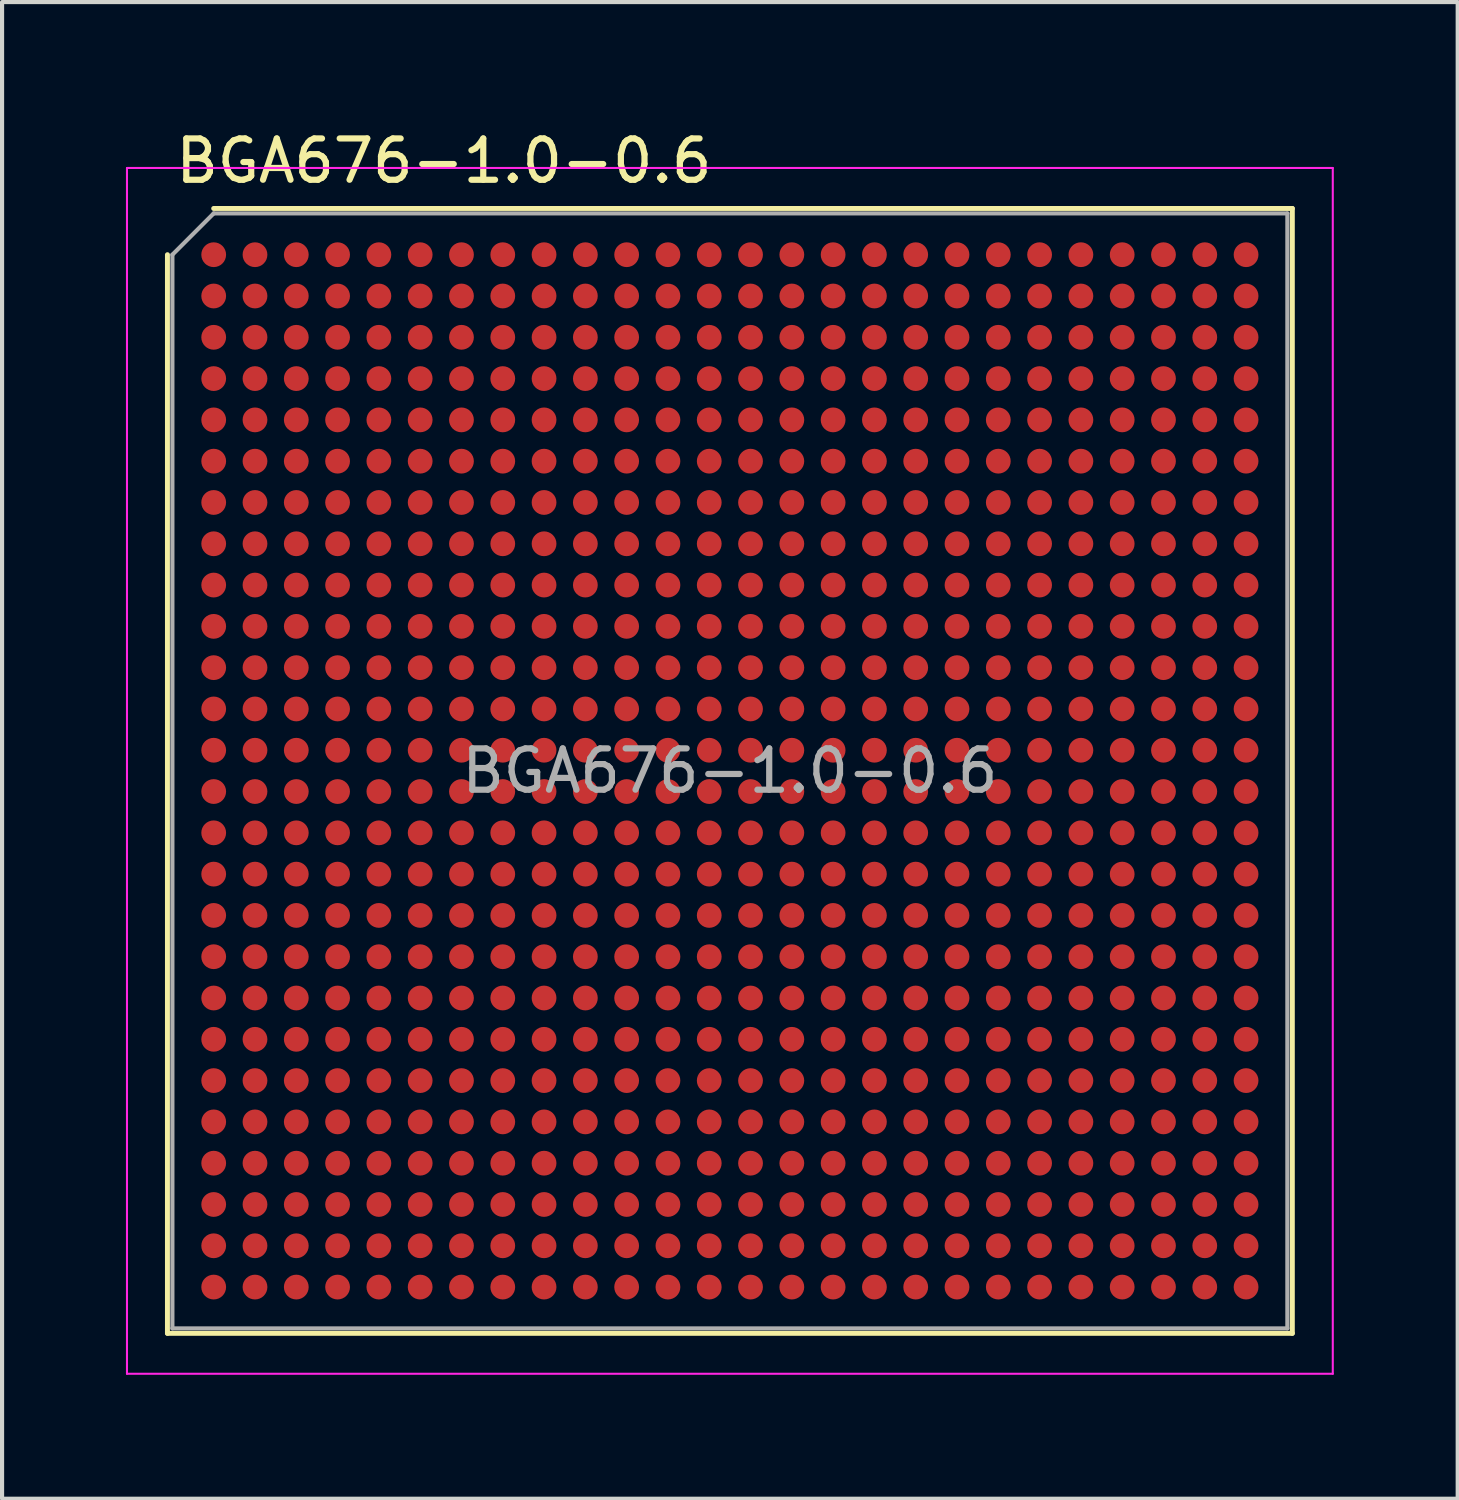
<source format=kicad_pcb>
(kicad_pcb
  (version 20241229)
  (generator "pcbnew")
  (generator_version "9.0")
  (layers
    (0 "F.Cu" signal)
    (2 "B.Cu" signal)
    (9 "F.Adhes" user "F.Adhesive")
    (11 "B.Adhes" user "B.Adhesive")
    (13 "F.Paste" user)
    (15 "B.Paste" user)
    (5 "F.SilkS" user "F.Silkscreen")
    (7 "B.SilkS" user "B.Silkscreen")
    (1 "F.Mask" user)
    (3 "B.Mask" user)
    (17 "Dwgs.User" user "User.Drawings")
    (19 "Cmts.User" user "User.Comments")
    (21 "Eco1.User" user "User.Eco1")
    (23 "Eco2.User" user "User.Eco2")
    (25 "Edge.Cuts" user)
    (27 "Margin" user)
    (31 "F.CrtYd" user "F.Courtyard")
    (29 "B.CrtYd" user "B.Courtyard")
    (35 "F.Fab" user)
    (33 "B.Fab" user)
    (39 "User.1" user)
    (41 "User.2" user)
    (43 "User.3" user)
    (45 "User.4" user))
  (footprint "BGA676-1.0-0.6"
    (layer "F.Cu")
    (at 14.625 15.618)
    (property "Reference" "BGA676-1.0-0.6" (at -13.5 -14.77 0) (layer "F.SilkS") (effects (font (size 1 1) (thickness 0.15)) (justify left)))
    (attr smd)
    (fp_line (start -13.62 -12.5) (end -13.62 13.62) (stroke (width 0.12) (type solid)) (layer "F.SilkS"))
    (fp_line (start -12.5 -13.62) (end 13.62 -13.62) (stroke (width 0.12) (type solid)) (layer "F.SilkS"))
    (fp_line (start 13.62 13.62) (end -13.62 13.62) (stroke (width 0.12) (type solid)) (layer "F.SilkS"))
    (fp_line (start 13.62 13.62) (end 13.62 -13.62) (stroke (width 0.12) (type solid)) (layer "F.SilkS"))
    (fp_line (start -14.6 -14.6) (end -14.6 14.6) (stroke (width 0.05) (type solid)) (layer "F.CrtYd"))
    (fp_line (start -14.6 -14.6) (end 14.6 -14.6) (stroke (width 0.05) (type solid)) (layer "F.CrtYd"))
    (fp_line (start 14.6 14.6) (end -14.6 14.6) (stroke (width 0.05) (type solid)) (layer "F.CrtYd"))
    (fp_line (start 14.6 14.6) (end 14.6 -14.6) (stroke (width 0.05) (type solid)) (layer "F.CrtYd"))
    (fp_line (start -13.5 -12.5) (end -13.5 13.5) (stroke (width 0.1) (type solid)) (layer "F.Fab"))
    (fp_line (start -12.5 -13.5) (end -13.5 -12.5) (stroke (width 0.1) (type solid)) (layer "F.Fab"))
    (fp_line (start -12.5 -13.5) (end 13.5 -13.5) (stroke (width 0.1) (type solid)) (layer "F.Fab"))
    (fp_line (start 13.5 13.5) (end -13.5 13.5) (stroke (width 0.1) (type solid)) (layer "F.Fab"))
    (fp_line (start 13.5 13.5) (end 13.5 -13.5) (stroke (width 0.1) (type solid)) (layer "F.Fab"))
    (fp_text user "${REFERENCE}" (at 0 0 0) (layer "F.Fab") (effects (font (size 1 1) (thickness 0.15))))
    (pad "A1" smd circle (at -12.5 -12.5) (size 0.6 0.6) (layers "F.Cu" "F.Mask" "F.Paste"))
    (pad "A2" smd circle (at -11.5 -12.5) (size 0.6 0.6) (layers "F.Cu" "F.Mask" "F.Paste"))
    (pad "A3" smd circle (at -10.5 -12.5) (size 0.6 0.6) (layers "F.Cu" "F.Mask" "F.Paste"))
    (pad "A4" smd circle (at -9.5 -12.5) (size 0.6 0.6) (layers "F.Cu" "F.Mask" "F.Paste"))
    (pad "A5" smd circle (at -8.5 -12.5) (size 0.6 0.6) (layers "F.Cu" "F.Mask" "F.Paste"))
    (pad "A6" smd circle (at -7.5 -12.5) (size 0.6 0.6) (layers "F.Cu" "F.Mask" "F.Paste"))
    (pad "A7" smd circle (at -6.5 -12.5) (size 0.6 0.6) (layers "F.Cu" "F.Mask" "F.Paste"))
    (pad "A8" smd circle (at -5.5 -12.5) (size 0.6 0.6) (layers "F.Cu" "F.Mask" "F.Paste"))
    (pad "A9" smd circle (at -4.5 -12.5) (size 0.6 0.6) (layers "F.Cu" "F.Mask" "F.Paste"))
    (pad "A10" smd circle (at -3.5 -12.5) (size 0.6 0.6) (layers "F.Cu" "F.Mask" "F.Paste"))
    (pad "A11" smd circle (at -2.5 -12.5) (size 0.6 0.6) (layers "F.Cu" "F.Mask" "F.Paste"))
    (pad "A12" smd circle (at -1.5 -12.5) (size 0.6 0.6) (layers "F.Cu" "F.Mask" "F.Paste"))
    (pad "A13" smd circle (at -0.5 -12.5) (size 0.6 0.6) (layers "F.Cu" "F.Mask" "F.Paste"))
    (pad "A14" smd circle (at 0.5 -12.5) (size 0.6 0.6) (layers "F.Cu" "F.Mask" "F.Paste"))
    (pad "A15" smd circle (at 1.5 -12.5) (size 0.6 0.6) (layers "F.Cu" "F.Mask" "F.Paste"))
    (pad "A16" smd circle (at 2.5 -12.5) (size 0.6 0.6) (layers "F.Cu" "F.Mask" "F.Paste"))
    (pad "A17" smd circle (at 3.5 -12.5) (size 0.6 0.6) (layers "F.Cu" "F.Mask" "F.Paste"))
    (pad "A18" smd circle (at 4.5 -12.5) (size 0.6 0.6) (layers "F.Cu" "F.Mask" "F.Paste"))
    (pad "A19" smd circle (at 5.5 -12.5) (size 0.6 0.6) (layers "F.Cu" "F.Mask" "F.Paste"))
    (pad "A20" smd circle (at 6.5 -12.5) (size 0.6 0.6) (layers "F.Cu" "F.Mask" "F.Paste"))
    (pad "A21" smd circle (at 7.5 -12.5) (size 0.6 0.6) (layers "F.Cu" "F.Mask" "F.Paste"))
    (pad "A22" smd circle (at 8.5 -12.5) (size 0.6 0.6) (layers "F.Cu" "F.Mask" "F.Paste"))
    (pad "A23" smd circle (at 9.5 -12.5) (size 0.6 0.6) (layers "F.Cu" "F.Mask" "F.Paste"))
    (pad "A24" smd circle (at 10.5 -12.5) (size 0.6 0.6) (layers "F.Cu" "F.Mask" "F.Paste"))
    (pad "A25" smd circle (at 11.5 -12.5) (size 0.6 0.6) (layers "F.Cu" "F.Mask" "F.Paste"))
    (pad "A26" smd circle (at 12.5 -12.5) (size 0.6 0.6) (layers "F.Cu" "F.Mask" "F.Paste"))
    (pad "AA1" smd circle (at -12.5 7.5) (size 0.6 0.6) (layers "F.Cu" "F.Mask" "F.Paste"))
    (pad "AA2" smd circle (at -11.5 7.5) (size 0.6 0.6) (layers "F.Cu" "F.Mask" "F.Paste"))
    (pad "AA3" smd circle (at -10.5 7.5) (size 0.6 0.6) (layers "F.Cu" "F.Mask" "F.Paste"))
    (pad "AA4" smd circle (at -9.5 7.5) (size 0.6 0.6) (layers "F.Cu" "F.Mask" "F.Paste"))
    (pad "AA5" smd circle (at -8.5 7.5) (size 0.6 0.6) (layers "F.Cu" "F.Mask" "F.Paste"))
    (pad "AA6" smd circle (at -7.5 7.5) (size 0.6 0.6) (layers "F.Cu" "F.Mask" "F.Paste"))
    (pad "AA7" smd circle (at -6.5 7.5) (size 0.6 0.6) (layers "F.Cu" "F.Mask" "F.Paste"))
    (pad "AA8" smd circle (at -5.5 7.5) (size 0.6 0.6) (layers "F.Cu" "F.Mask" "F.Paste"))
    (pad "AA9" smd circle (at -4.5 7.5) (size 0.6 0.6) (layers "F.Cu" "F.Mask" "F.Paste"))
    (pad "AA10" smd circle (at -3.5 7.5) (size 0.6 0.6) (layers "F.Cu" "F.Mask" "F.Paste"))
    (pad "AA11" smd circle (at -2.5 7.5) (size 0.6 0.6) (layers "F.Cu" "F.Mask" "F.Paste"))
    (pad "AA12" smd circle (at -1.5 7.5) (size 0.6 0.6) (layers "F.Cu" "F.Mask" "F.Paste"))
    (pad "AA13" smd circle (at -0.5 7.5) (size 0.6 0.6) (layers "F.Cu" "F.Mask" "F.Paste"))
    (pad "AA14" smd circle (at 0.5 7.5) (size 0.6 0.6) (layers "F.Cu" "F.Mask" "F.Paste"))
    (pad "AA15" smd circle (at 1.5 7.5) (size 0.6 0.6) (layers "F.Cu" "F.Mask" "F.Paste"))
    (pad "AA16" smd circle (at 2.5 7.5) (size 0.6 0.6) (layers "F.Cu" "F.Mask" "F.Paste"))
    (pad "AA17" smd circle (at 3.5 7.5) (size 0.6 0.6) (layers "F.Cu" "F.Mask" "F.Paste"))
    (pad "AA18" smd circle (at 4.5 7.5) (size 0.6 0.6) (layers "F.Cu" "F.Mask" "F.Paste"))
    (pad "AA19" smd circle (at 5.5 7.5) (size 0.6 0.6) (layers "F.Cu" "F.Mask" "F.Paste"))
    (pad "AA20" smd circle (at 6.5 7.5) (size 0.6 0.6) (layers "F.Cu" "F.Mask" "F.Paste"))
    (pad "AA21" smd circle (at 7.5 7.5) (size 0.6 0.6) (layers "F.Cu" "F.Mask" "F.Paste"))
    (pad "AA22" smd circle (at 8.5 7.5) (size 0.6 0.6) (layers "F.Cu" "F.Mask" "F.Paste"))
    (pad "AA23" smd circle (at 9.5 7.5) (size 0.6 0.6) (layers "F.Cu" "F.Mask" "F.Paste"))
    (pad "AA24" smd circle (at 10.5 7.5) (size 0.6 0.6) (layers "F.Cu" "F.Mask" "F.Paste"))
    (pad "AA25" smd circle (at 11.5 7.5) (size 0.6 0.6) (layers "F.Cu" "F.Mask" "F.Paste"))
    (pad "AA26" smd circle (at 12.5 7.5) (size 0.6 0.6) (layers "F.Cu" "F.Mask" "F.Paste"))
    (pad "AB1" smd circle (at -12.5 8.5) (size 0.6 0.6) (layers "F.Cu" "F.Mask" "F.Paste"))
    (pad "AB2" smd circle (at -11.5 8.5) (size 0.6 0.6) (layers "F.Cu" "F.Mask" "F.Paste"))
    (pad "AB3" smd circle (at -10.5 8.5) (size 0.6 0.6) (layers "F.Cu" "F.Mask" "F.Paste"))
    (pad "AB4" smd circle (at -9.5 8.5) (size 0.6 0.6) (layers "F.Cu" "F.Mask" "F.Paste"))
    (pad "AB5" smd circle (at -8.5 8.5) (size 0.6 0.6) (layers "F.Cu" "F.Mask" "F.Paste"))
    (pad "AB6" smd circle (at -7.5 8.5) (size 0.6 0.6) (layers "F.Cu" "F.Mask" "F.Paste"))
    (pad "AB7" smd circle (at -6.5 8.5) (size 0.6 0.6) (layers "F.Cu" "F.Mask" "F.Paste"))
    (pad "AB8" smd circle (at -5.5 8.5) (size 0.6 0.6) (layers "F.Cu" "F.Mask" "F.Paste"))
    (pad "AB9" smd circle (at -4.5 8.5) (size 0.6 0.6) (layers "F.Cu" "F.Mask" "F.Paste"))
    (pad "AB10" smd circle (at -3.5 8.5) (size 0.6 0.6) (layers "F.Cu" "F.Mask" "F.Paste"))
    (pad "AB11" smd circle (at -2.5 8.5) (size 0.6 0.6) (layers "F.Cu" "F.Mask" "F.Paste"))
    (pad "AB12" smd circle (at -1.5 8.5) (size 0.6 0.6) (layers "F.Cu" "F.Mask" "F.Paste"))
    (pad "AB13" smd circle (at -0.5 8.5) (size 0.6 0.6) (layers "F.Cu" "F.Mask" "F.Paste"))
    (pad "AB14" smd circle (at 0.5 8.5) (size 0.6 0.6) (layers "F.Cu" "F.Mask" "F.Paste"))
    (pad "AB15" smd circle (at 1.5 8.5) (size 0.6 0.6) (layers "F.Cu" "F.Mask" "F.Paste"))
    (pad "AB16" smd circle (at 2.5 8.5) (size 0.6 0.6) (layers "F.Cu" "F.Mask" "F.Paste"))
    (pad "AB17" smd circle (at 3.5 8.5) (size 0.6 0.6) (layers "F.Cu" "F.Mask" "F.Paste"))
    (pad "AB18" smd circle (at 4.5 8.5) (size 0.6 0.6) (layers "F.Cu" "F.Mask" "F.Paste"))
    (pad "AB19" smd circle (at 5.5 8.5) (size 0.6 0.6) (layers "F.Cu" "F.Mask" "F.Paste"))
    (pad "AB20" smd circle (at 6.5 8.5) (size 0.6 0.6) (layers "F.Cu" "F.Mask" "F.Paste"))
    (pad "AB21" smd circle (at 7.5 8.5) (size 0.6 0.6) (layers "F.Cu" "F.Mask" "F.Paste"))
    (pad "AB22" smd circle (at 8.5 8.5) (size 0.6 0.6) (layers "F.Cu" "F.Mask" "F.Paste"))
    (pad "AB23" smd circle (at 9.5 8.5) (size 0.6 0.6) (layers "F.Cu" "F.Mask" "F.Paste"))
    (pad "AB24" smd circle (at 10.5 8.5) (size 0.6 0.6) (layers "F.Cu" "F.Mask" "F.Paste"))
    (pad "AB25" smd circle (at 11.5 8.5) (size 0.6 0.6) (layers "F.Cu" "F.Mask" "F.Paste"))
    (pad "AB26" smd circle (at 12.5 8.5) (size 0.6 0.6) (layers "F.Cu" "F.Mask" "F.Paste"))
    (pad "AC1" smd circle (at -12.5 9.5) (size 0.6 0.6) (layers "F.Cu" "F.Mask" "F.Paste"))
    (pad "AC2" smd circle (at -11.5 9.5) (size 0.6 0.6) (layers "F.Cu" "F.Mask" "F.Paste"))
    (pad "AC3" smd circle (at -10.5 9.5) (size 0.6 0.6) (layers "F.Cu" "F.Mask" "F.Paste"))
    (pad "AC4" smd circle (at -9.5 9.5) (size 0.6 0.6) (layers "F.Cu" "F.Mask" "F.Paste"))
    (pad "AC5" smd circle (at -8.5 9.5) (size 0.6 0.6) (layers "F.Cu" "F.Mask" "F.Paste"))
    (pad "AC6" smd circle (at -7.5 9.5) (size 0.6 0.6) (layers "F.Cu" "F.Mask" "F.Paste"))
    (pad "AC7" smd circle (at -6.5 9.5) (size 0.6 0.6) (layers "F.Cu" "F.Mask" "F.Paste"))
    (pad "AC8" smd circle (at -5.5 9.5) (size 0.6 0.6) (layers "F.Cu" "F.Mask" "F.Paste"))
    (pad "AC9" smd circle (at -4.5 9.5) (size 0.6 0.6) (layers "F.Cu" "F.Mask" "F.Paste"))
    (pad "AC10" smd circle (at -3.5 9.5) (size 0.6 0.6) (layers "F.Cu" "F.Mask" "F.Paste"))
    (pad "AC11" smd circle (at -2.5 9.5) (size 0.6 0.6) (layers "F.Cu" "F.Mask" "F.Paste"))
    (pad "AC12" smd circle (at -1.5 9.5) (size 0.6 0.6) (layers "F.Cu" "F.Mask" "F.Paste"))
    (pad "AC13" smd circle (at -0.5 9.5) (size 0.6 0.6) (layers "F.Cu" "F.Mask" "F.Paste"))
    (pad "AC14" smd circle (at 0.5 9.5) (size 0.6 0.6) (layers "F.Cu" "F.Mask" "F.Paste"))
    (pad "AC15" smd circle (at 1.5 9.5) (size 0.6 0.6) (layers "F.Cu" "F.Mask" "F.Paste"))
    (pad "AC16" smd circle (at 2.5 9.5) (size 0.6 0.6) (layers "F.Cu" "F.Mask" "F.Paste"))
    (pad "AC17" smd circle (at 3.5 9.5) (size 0.6 0.6) (layers "F.Cu" "F.Mask" "F.Paste"))
    (pad "AC18" smd circle (at 4.5 9.5) (size 0.6 0.6) (layers "F.Cu" "F.Mask" "F.Paste"))
    (pad "AC19" smd circle (at 5.5 9.5) (size 0.6 0.6) (layers "F.Cu" "F.Mask" "F.Paste"))
    (pad "AC20" smd circle (at 6.5 9.5) (size 0.6 0.6) (layers "F.Cu" "F.Mask" "F.Paste"))
    (pad "AC21" smd circle (at 7.5 9.5) (size 0.6 0.6) (layers "F.Cu" "F.Mask" "F.Paste"))
    (pad "AC22" smd circle (at 8.5 9.5) (size 0.6 0.6) (layers "F.Cu" "F.Mask" "F.Paste"))
    (pad "AC23" smd circle (at 9.5 9.5) (size 0.6 0.6) (layers "F.Cu" "F.Mask" "F.Paste"))
    (pad "AC24" smd circle (at 10.5 9.5) (size 0.6 0.6) (layers "F.Cu" "F.Mask" "F.Paste"))
    (pad "AC25" smd circle (at 11.5 9.5) (size 0.6 0.6) (layers "F.Cu" "F.Mask" "F.Paste"))
    (pad "AC26" smd circle (at 12.5 9.5) (size 0.6 0.6) (layers "F.Cu" "F.Mask" "F.Paste"))
    (pad "AD1" smd circle (at -12.5 10.5) (size 0.6 0.6) (layers "F.Cu" "F.Mask" "F.Paste"))
    (pad "AD2" smd circle (at -11.5 10.5) (size 0.6 0.6) (layers "F.Cu" "F.Mask" "F.Paste"))
    (pad "AD3" smd circle (at -10.5 10.5) (size 0.6 0.6) (layers "F.Cu" "F.Mask" "F.Paste"))
    (pad "AD4" smd circle (at -9.5 10.5) (size 0.6 0.6) (layers "F.Cu" "F.Mask" "F.Paste"))
    (pad "AD5" smd circle (at -8.5 10.5) (size 0.6 0.6) (layers "F.Cu" "F.Mask" "F.Paste"))
    (pad "AD6" smd circle (at -7.5 10.5) (size 0.6 0.6) (layers "F.Cu" "F.Mask" "F.Paste"))
    (pad "AD7" smd circle (at -6.5 10.5) (size 0.6 0.6) (layers "F.Cu" "F.Mask" "F.Paste"))
    (pad "AD8" smd circle (at -5.5 10.5) (size 0.6 0.6) (layers "F.Cu" "F.Mask" "F.Paste"))
    (pad "AD9" smd circle (at -4.5 10.5) (size 0.6 0.6) (layers "F.Cu" "F.Mask" "F.Paste"))
    (pad "AD10" smd circle (at -3.5 10.5) (size 0.6 0.6) (layers "F.Cu" "F.Mask" "F.Paste"))
    (pad "AD11" smd circle (at -2.5 10.5) (size 0.6 0.6) (layers "F.Cu" "F.Mask" "F.Paste"))
    (pad "AD12" smd circle (at -1.5 10.5) (size 0.6 0.6) (layers "F.Cu" "F.Mask" "F.Paste"))
    (pad "AD13" smd circle (at -0.5 10.5) (size 0.6 0.6) (layers "F.Cu" "F.Mask" "F.Paste"))
    (pad "AD14" smd circle (at 0.5 10.5) (size 0.6 0.6) (layers "F.Cu" "F.Mask" "F.Paste"))
    (pad "AD15" smd circle (at 1.5 10.5) (size 0.6 0.6) (layers "F.Cu" "F.Mask" "F.Paste"))
    (pad "AD16" smd circle (at 2.5 10.5) (size 0.6 0.6) (layers "F.Cu" "F.Mask" "F.Paste"))
    (pad "AD17" smd circle (at 3.5 10.5) (size 0.6 0.6) (layers "F.Cu" "F.Mask" "F.Paste"))
    (pad "AD18" smd circle (at 4.5 10.5) (size 0.6 0.6) (layers "F.Cu" "F.Mask" "F.Paste"))
    (pad "AD19" smd circle (at 5.5 10.5) (size 0.6 0.6) (layers "F.Cu" "F.Mask" "F.Paste"))
    (pad "AD20" smd circle (at 6.5 10.5) (size 0.6 0.6) (layers "F.Cu" "F.Mask" "F.Paste"))
    (pad "AD21" smd circle (at 7.5 10.5) (size 0.6 0.6) (layers "F.Cu" "F.Mask" "F.Paste"))
    (pad "AD22" smd circle (at 8.5 10.5) (size 0.6 0.6) (layers "F.Cu" "F.Mask" "F.Paste"))
    (pad "AD23" smd circle (at 9.5 10.5) (size 0.6 0.6) (layers "F.Cu" "F.Mask" "F.Paste"))
    (pad "AD24" smd circle (at 10.5 10.5) (size 0.6 0.6) (layers "F.Cu" "F.Mask" "F.Paste"))
    (pad "AD25" smd circle (at 11.5 10.5) (size 0.6 0.6) (layers "F.Cu" "F.Mask" "F.Paste"))
    (pad "AD26" smd circle (at 12.5 10.5) (size 0.6 0.6) (layers "F.Cu" "F.Mask" "F.Paste"))
    (pad "AE1" smd circle (at -12.5 11.5) (size 0.6 0.6) (layers "F.Cu" "F.Mask" "F.Paste"))
    (pad "AE2" smd circle (at -11.5 11.5) (size 0.6 0.6) (layers "F.Cu" "F.Mask" "F.Paste"))
    (pad "AE3" smd circle (at -10.5 11.5) (size 0.6 0.6) (layers "F.Cu" "F.Mask" "F.Paste"))
    (pad "AE4" smd circle (at -9.5 11.5) (size 0.6 0.6) (layers "F.Cu" "F.Mask" "F.Paste"))
    (pad "AE5" smd circle (at -8.5 11.5) (size 0.6 0.6) (layers "F.Cu" "F.Mask" "F.Paste"))
    (pad "AE6" smd circle (at -7.5 11.5) (size 0.6 0.6) (layers "F.Cu" "F.Mask" "F.Paste"))
    (pad "AE7" smd circle (at -6.5 11.5) (size 0.6 0.6) (layers "F.Cu" "F.Mask" "F.Paste"))
    (pad "AE8" smd circle (at -5.5 11.5) (size 0.6 0.6) (layers "F.Cu" "F.Mask" "F.Paste"))
    (pad "AE9" smd circle (at -4.5 11.5) (size 0.6 0.6) (layers "F.Cu" "F.Mask" "F.Paste"))
    (pad "AE10" smd circle (at -3.5 11.5) (size 0.6 0.6) (layers "F.Cu" "F.Mask" "F.Paste"))
    (pad "AE11" smd circle (at -2.5 11.5) (size 0.6 0.6) (layers "F.Cu" "F.Mask" "F.Paste"))
    (pad "AE12" smd circle (at -1.5 11.5) (size 0.6 0.6) (layers "F.Cu" "F.Mask" "F.Paste"))
    (pad "AE13" smd circle (at -0.5 11.5) (size 0.6 0.6) (layers "F.Cu" "F.Mask" "F.Paste"))
    (pad "AE14" smd circle (at 0.5 11.5) (size 0.6 0.6) (layers "F.Cu" "F.Mask" "F.Paste"))
    (pad "AE15" smd circle (at 1.5 11.5) (size 0.6 0.6) (layers "F.Cu" "F.Mask" "F.Paste"))
    (pad "AE16" smd circle (at 2.5 11.5) (size 0.6 0.6) (layers "F.Cu" "F.Mask" "F.Paste"))
    (pad "AE17" smd circle (at 3.5 11.5) (size 0.6 0.6) (layers "F.Cu" "F.Mask" "F.Paste"))
    (pad "AE18" smd circle (at 4.5 11.5) (size 0.6 0.6) (layers "F.Cu" "F.Mask" "F.Paste"))
    (pad "AE19" smd circle (at 5.5 11.5) (size 0.6 0.6) (layers "F.Cu" "F.Mask" "F.Paste"))
    (pad "AE20" smd circle (at 6.5 11.5) (size 0.6 0.6) (layers "F.Cu" "F.Mask" "F.Paste"))
    (pad "AE21" smd circle (at 7.5 11.5) (size 0.6 0.6) (layers "F.Cu" "F.Mask" "F.Paste"))
    (pad "AE22" smd circle (at 8.5 11.5) (size 0.6 0.6) (layers "F.Cu" "F.Mask" "F.Paste"))
    (pad "AE23" smd circle (at 9.5 11.5) (size 0.6 0.6) (layers "F.Cu" "F.Mask" "F.Paste"))
    (pad "AE24" smd circle (at 10.5 11.5) (size 0.6 0.6) (layers "F.Cu" "F.Mask" "F.Paste"))
    (pad "AE25" smd circle (at 11.5 11.5) (size 0.6 0.6) (layers "F.Cu" "F.Mask" "F.Paste"))
    (pad "AE26" smd circle (at 12.5 11.5) (size 0.6 0.6) (layers "F.Cu" "F.Mask" "F.Paste"))
    (pad "AF1" smd circle (at -12.5 12.5) (size 0.6 0.6) (layers "F.Cu" "F.Mask" "F.Paste"))
    (pad "AF2" smd circle (at -11.5 12.5) (size 0.6 0.6) (layers "F.Cu" "F.Mask" "F.Paste"))
    (pad "AF3" smd circle (at -10.5 12.5) (size 0.6 0.6) (layers "F.Cu" "F.Mask" "F.Paste"))
    (pad "AF4" smd circle (at -9.5 12.5) (size 0.6 0.6) (layers "F.Cu" "F.Mask" "F.Paste"))
    (pad "AF5" smd circle (at -8.5 12.5) (size 0.6 0.6) (layers "F.Cu" "F.Mask" "F.Paste"))
    (pad "AF6" smd circle (at -7.5 12.5) (size 0.6 0.6) (layers "F.Cu" "F.Mask" "F.Paste"))
    (pad "AF7" smd circle (at -6.5 12.5) (size 0.6 0.6) (layers "F.Cu" "F.Mask" "F.Paste"))
    (pad "AF8" smd circle (at -5.5 12.5) (size 0.6 0.6) (layers "F.Cu" "F.Mask" "F.Paste"))
    (pad "AF9" smd circle (at -4.5 12.5) (size 0.6 0.6) (layers "F.Cu" "F.Mask" "F.Paste"))
    (pad "AF10" smd circle (at -3.5 12.5) (size 0.6 0.6) (layers "F.Cu" "F.Mask" "F.Paste"))
    (pad "AF11" smd circle (at -2.5 12.5) (size 0.6 0.6) (layers "F.Cu" "F.Mask" "F.Paste"))
    (pad "AF12" smd circle (at -1.5 12.5) (size 0.6 0.6) (layers "F.Cu" "F.Mask" "F.Paste"))
    (pad "AF13" smd circle (at -0.5 12.5) (size 0.6 0.6) (layers "F.Cu" "F.Mask" "F.Paste"))
    (pad "AF14" smd circle (at 0.5 12.5) (size 0.6 0.6) (layers "F.Cu" "F.Mask" "F.Paste"))
    (pad "AF15" smd circle (at 1.5 12.5) (size 0.6 0.6) (layers "F.Cu" "F.Mask" "F.Paste"))
    (pad "AF16" smd circle (at 2.5 12.5) (size 0.6 0.6) (layers "F.Cu" "F.Mask" "F.Paste"))
    (pad "AF17" smd circle (at 3.5 12.5) (size 0.6 0.6) (layers "F.Cu" "F.Mask" "F.Paste"))
    (pad "AF18" smd circle (at 4.5 12.5) (size 0.6 0.6) (layers "F.Cu" "F.Mask" "F.Paste"))
    (pad "AF19" smd circle (at 5.5 12.5) (size 0.6 0.6) (layers "F.Cu" "F.Mask" "F.Paste"))
    (pad "AF20" smd circle (at 6.5 12.5) (size 0.6 0.6) (layers "F.Cu" "F.Mask" "F.Paste"))
    (pad "AF21" smd circle (at 7.5 12.5) (size 0.6 0.6) (layers "F.Cu" "F.Mask" "F.Paste"))
    (pad "AF22" smd circle (at 8.5 12.5) (size 0.6 0.6) (layers "F.Cu" "F.Mask" "F.Paste"))
    (pad "AF23" smd circle (at 9.5 12.5) (size 0.6 0.6) (layers "F.Cu" "F.Mask" "F.Paste"))
    (pad "AF24" smd circle (at 10.5 12.5) (size 0.6 0.6) (layers "F.Cu" "F.Mask" "F.Paste"))
    (pad "AF25" smd circle (at 11.5 12.5) (size 0.6 0.6) (layers "F.Cu" "F.Mask" "F.Paste"))
    (pad "AF26" smd circle (at 12.5 12.5) (size 0.6 0.6) (layers "F.Cu" "F.Mask" "F.Paste"))
    (pad "B1" smd circle (at -12.5 -11.5) (size 0.6 0.6) (layers "F.Cu" "F.Mask" "F.Paste"))
    (pad "B2" smd circle (at -11.5 -11.5) (size 0.6 0.6) (layers "F.Cu" "F.Mask" "F.Paste"))
    (pad "B3" smd circle (at -10.5 -11.5) (size 0.6 0.6) (layers "F.Cu" "F.Mask" "F.Paste"))
    (pad "B4" smd circle (at -9.5 -11.5) (size 0.6 0.6) (layers "F.Cu" "F.Mask" "F.Paste"))
    (pad "B5" smd circle (at -8.5 -11.5) (size 0.6 0.6) (layers "F.Cu" "F.Mask" "F.Paste"))
    (pad "B6" smd circle (at -7.5 -11.5) (size 0.6 0.6) (layers "F.Cu" "F.Mask" "F.Paste"))
    (pad "B7" smd circle (at -6.5 -11.5) (size 0.6 0.6) (layers "F.Cu" "F.Mask" "F.Paste"))
    (pad "B8" smd circle (at -5.5 -11.5) (size 0.6 0.6) (layers "F.Cu" "F.Mask" "F.Paste"))
    (pad "B9" smd circle (at -4.5 -11.5) (size 0.6 0.6) (layers "F.Cu" "F.Mask" "F.Paste"))
    (pad "B10" smd circle (at -3.5 -11.5) (size 0.6 0.6) (layers "F.Cu" "F.Mask" "F.Paste"))
    (pad "B11" smd circle (at -2.5 -11.5) (size 0.6 0.6) (layers "F.Cu" "F.Mask" "F.Paste"))
    (pad "B12" smd circle (at -1.5 -11.5) (size 0.6 0.6) (layers "F.Cu" "F.Mask" "F.Paste"))
    (pad "B13" smd circle (at -0.5 -11.5) (size 0.6 0.6) (layers "F.Cu" "F.Mask" "F.Paste"))
    (pad "B14" smd circle (at 0.5 -11.5) (size 0.6 0.6) (layers "F.Cu" "F.Mask" "F.Paste"))
    (pad "B15" smd circle (at 1.5 -11.5) (size 0.6 0.6) (layers "F.Cu" "F.Mask" "F.Paste"))
    (pad "B16" smd circle (at 2.5 -11.5) (size 0.6 0.6) (layers "F.Cu" "F.Mask" "F.Paste"))
    (pad "B17" smd circle (at 3.5 -11.5) (size 0.6 0.6) (layers "F.Cu" "F.Mask" "F.Paste"))
    (pad "B18" smd circle (at 4.5 -11.5) (size 0.6 0.6) (layers "F.Cu" "F.Mask" "F.Paste"))
    (pad "B19" smd circle (at 5.5 -11.5) (size 0.6 0.6) (layers "F.Cu" "F.Mask" "F.Paste"))
    (pad "B20" smd circle (at 6.5 -11.5) (size 0.6 0.6) (layers "F.Cu" "F.Mask" "F.Paste"))
    (pad "B21" smd circle (at 7.5 -11.5) (size 0.6 0.6) (layers "F.Cu" "F.Mask" "F.Paste"))
    (pad "B22" smd circle (at 8.5 -11.5) (size 0.6 0.6) (layers "F.Cu" "F.Mask" "F.Paste"))
    (pad "B23" smd circle (at 9.5 -11.5) (size 0.6 0.6) (layers "F.Cu" "F.Mask" "F.Paste"))
    (pad "B24" smd circle (at 10.5 -11.5) (size 0.6 0.6) (layers "F.Cu" "F.Mask" "F.Paste"))
    (pad "B25" smd circle (at 11.5 -11.5) (size 0.6 0.6) (layers "F.Cu" "F.Mask" "F.Paste"))
    (pad "B26" smd circle (at 12.5 -11.5) (size 0.6 0.6) (layers "F.Cu" "F.Mask" "F.Paste"))
    (pad "C1" smd circle (at -12.5 -10.5) (size 0.6 0.6) (layers "F.Cu" "F.Mask" "F.Paste"))
    (pad "C2" smd circle (at -11.5 -10.5) (size 0.6 0.6) (layers "F.Cu" "F.Mask" "F.Paste"))
    (pad "C3" smd circle (at -10.5 -10.5) (size 0.6 0.6) (layers "F.Cu" "F.Mask" "F.Paste"))
    (pad "C4" smd circle (at -9.5 -10.5) (size 0.6 0.6) (layers "F.Cu" "F.Mask" "F.Paste"))
    (pad "C5" smd circle (at -8.5 -10.5) (size 0.6 0.6) (layers "F.Cu" "F.Mask" "F.Paste"))
    (pad "C6" smd circle (at -7.5 -10.5) (size 0.6 0.6) (layers "F.Cu" "F.Mask" "F.Paste"))
    (pad "C7" smd circle (at -6.5 -10.5) (size 0.6 0.6) (layers "F.Cu" "F.Mask" "F.Paste"))
    (pad "C8" smd circle (at -5.5 -10.5) (size 0.6 0.6) (layers "F.Cu" "F.Mask" "F.Paste"))
    (pad "C9" smd circle (at -4.5 -10.5) (size 0.6 0.6) (layers "F.Cu" "F.Mask" "F.Paste"))
    (pad "C10" smd circle (at -3.5 -10.5) (size 0.6 0.6) (layers "F.Cu" "F.Mask" "F.Paste"))
    (pad "C11" smd circle (at -2.5 -10.5) (size 0.6 0.6) (layers "F.Cu" "F.Mask" "F.Paste"))
    (pad "C12" smd circle (at -1.5 -10.5) (size 0.6 0.6) (layers "F.Cu" "F.Mask" "F.Paste"))
    (pad "C13" smd circle (at -0.5 -10.5) (size 0.6 0.6) (layers "F.Cu" "F.Mask" "F.Paste"))
    (pad "C14" smd circle (at 0.5 -10.5) (size 0.6 0.6) (layers "F.Cu" "F.Mask" "F.Paste"))
    (pad "C15" smd circle (at 1.5 -10.5) (size 0.6 0.6) (layers "F.Cu" "F.Mask" "F.Paste"))
    (pad "C16" smd circle (at 2.5 -10.5) (size 0.6 0.6) (layers "F.Cu" "F.Mask" "F.Paste"))
    (pad "C17" smd circle (at 3.5 -10.5) (size 0.6 0.6) (layers "F.Cu" "F.Mask" "F.Paste"))
    (pad "C18" smd circle (at 4.5 -10.5) (size 0.6 0.6) (layers "F.Cu" "F.Mask" "F.Paste"))
    (pad "C19" smd circle (at 5.5 -10.5) (size 0.6 0.6) (layers "F.Cu" "F.Mask" "F.Paste"))
    (pad "C20" smd circle (at 6.5 -10.5) (size 0.6 0.6) (layers "F.Cu" "F.Mask" "F.Paste"))
    (pad "C21" smd circle (at 7.5 -10.5) (size 0.6 0.6) (layers "F.Cu" "F.Mask" "F.Paste"))
    (pad "C22" smd circle (at 8.5 -10.5) (size 0.6 0.6) (layers "F.Cu" "F.Mask" "F.Paste"))
    (pad "C23" smd circle (at 9.5 -10.5) (size 0.6 0.6) (layers "F.Cu" "F.Mask" "F.Paste"))
    (pad "C24" smd circle (at 10.5 -10.5) (size 0.6 0.6) (layers "F.Cu" "F.Mask" "F.Paste"))
    (pad "C25" smd circle (at 11.5 -10.5) (size 0.6 0.6) (layers "F.Cu" "F.Mask" "F.Paste"))
    (pad "C26" smd circle (at 12.5 -10.5) (size 0.6 0.6) (layers "F.Cu" "F.Mask" "F.Paste"))
    (pad "D1" smd circle (at -12.5 -9.5) (size 0.6 0.6) (layers "F.Cu" "F.Mask" "F.Paste"))
    (pad "D2" smd circle (at -11.5 -9.5) (size 0.6 0.6) (layers "F.Cu" "F.Mask" "F.Paste"))
    (pad "D3" smd circle (at -10.5 -9.5) (size 0.6 0.6) (layers "F.Cu" "F.Mask" "F.Paste"))
    (pad "D4" smd circle (at -9.5 -9.5) (size 0.6 0.6) (layers "F.Cu" "F.Mask" "F.Paste"))
    (pad "D5" smd circle (at -8.5 -9.5) (size 0.6 0.6) (layers "F.Cu" "F.Mask" "F.Paste"))
    (pad "D6" smd circle (at -7.5 -9.5) (size 0.6 0.6) (layers "F.Cu" "F.Mask" "F.Paste"))
    (pad "D7" smd circle (at -6.5 -9.5) (size 0.6 0.6) (layers "F.Cu" "F.Mask" "F.Paste"))
    (pad "D8" smd circle (at -5.5 -9.5) (size 0.6 0.6) (layers "F.Cu" "F.Mask" "F.Paste"))
    (pad "D9" smd circle (at -4.5 -9.5) (size 0.6 0.6) (layers "F.Cu" "F.Mask" "F.Paste"))
    (pad "D10" smd circle (at -3.5 -9.5) (size 0.6 0.6) (layers "F.Cu" "F.Mask" "F.Paste"))
    (pad "D11" smd circle (at -2.5 -9.5) (size 0.6 0.6) (layers "F.Cu" "F.Mask" "F.Paste"))
    (pad "D12" smd circle (at -1.5 -9.5) (size 0.6 0.6) (layers "F.Cu" "F.Mask" "F.Paste"))
    (pad "D13" smd circle (at -0.5 -9.5) (size 0.6 0.6) (layers "F.Cu" "F.Mask" "F.Paste"))
    (pad "D14" smd circle (at 0.5 -9.5) (size 0.6 0.6) (layers "F.Cu" "F.Mask" "F.Paste"))
    (pad "D15" smd circle (at 1.5 -9.5) (size 0.6 0.6) (layers "F.Cu" "F.Mask" "F.Paste"))
    (pad "D16" smd circle (at 2.5 -9.5) (size 0.6 0.6) (layers "F.Cu" "F.Mask" "F.Paste"))
    (pad "D17" smd circle (at 3.5 -9.5) (size 0.6 0.6) (layers "F.Cu" "F.Mask" "F.Paste"))
    (pad "D18" smd circle (at 4.5 -9.5) (size 0.6 0.6) (layers "F.Cu" "F.Mask" "F.Paste"))
    (pad "D19" smd circle (at 5.5 -9.5) (size 0.6 0.6) (layers "F.Cu" "F.Mask" "F.Paste"))
    (pad "D20" smd circle (at 6.5 -9.5) (size 0.6 0.6) (layers "F.Cu" "F.Mask" "F.Paste"))
    (pad "D21" smd circle (at 7.5 -9.5) (size 0.6 0.6) (layers "F.Cu" "F.Mask" "F.Paste"))
    (pad "D22" smd circle (at 8.5 -9.5) (size 0.6 0.6) (layers "F.Cu" "F.Mask" "F.Paste"))
    (pad "D23" smd circle (at 9.5 -9.5) (size 0.6 0.6) (layers "F.Cu" "F.Mask" "F.Paste"))
    (pad "D24" smd circle (at 10.5 -9.5) (size 0.6 0.6) (layers "F.Cu" "F.Mask" "F.Paste"))
    (pad "D25" smd circle (at 11.5 -9.5) (size 0.6 0.6) (layers "F.Cu" "F.Mask" "F.Paste"))
    (pad "D26" smd circle (at 12.5 -9.5) (size 0.6 0.6) (layers "F.Cu" "F.Mask" "F.Paste"))
    (pad "E1" smd circle (at -12.5 -8.5) (size 0.6 0.6) (layers "F.Cu" "F.Mask" "F.Paste"))
    (pad "E2" smd circle (at -11.5 -8.5) (size 0.6 0.6) (layers "F.Cu" "F.Mask" "F.Paste"))
    (pad "E3" smd circle (at -10.5 -8.5) (size 0.6 0.6) (layers "F.Cu" "F.Mask" "F.Paste"))
    (pad "E4" smd circle (at -9.5 -8.5) (size 0.6 0.6) (layers "F.Cu" "F.Mask" "F.Paste"))
    (pad "E5" smd circle (at -8.5 -8.5) (size 0.6 0.6) (layers "F.Cu" "F.Mask" "F.Paste"))
    (pad "E6" smd circle (at -7.5 -8.5) (size 0.6 0.6) (layers "F.Cu" "F.Mask" "F.Paste"))
    (pad "E7" smd circle (at -6.5 -8.5) (size 0.6 0.6) (layers "F.Cu" "F.Mask" "F.Paste"))
    (pad "E8" smd circle (at -5.5 -8.5) (size 0.6 0.6) (layers "F.Cu" "F.Mask" "F.Paste"))
    (pad "E9" smd circle (at -4.5 -8.5) (size 0.6 0.6) (layers "F.Cu" "F.Mask" "F.Paste"))
    (pad "E10" smd circle (at -3.5 -8.5) (size 0.6 0.6) (layers "F.Cu" "F.Mask" "F.Paste"))
    (pad "E11" smd circle (at -2.5 -8.5) (size 0.6 0.6) (layers "F.Cu" "F.Mask" "F.Paste"))
    (pad "E12" smd circle (at -1.5 -8.5) (size 0.6 0.6) (layers "F.Cu" "F.Mask" "F.Paste"))
    (pad "E13" smd circle (at -0.5 -8.5) (size 0.6 0.6) (layers "F.Cu" "F.Mask" "F.Paste"))
    (pad "E14" smd circle (at 0.5 -8.5) (size 0.6 0.6) (layers "F.Cu" "F.Mask" "F.Paste"))
    (pad "E15" smd circle (at 1.5 -8.5) (size 0.6 0.6) (layers "F.Cu" "F.Mask" "F.Paste"))
    (pad "E16" smd circle (at 2.5 -8.5) (size 0.6 0.6) (layers "F.Cu" "F.Mask" "F.Paste"))
    (pad "E17" smd circle (at 3.5 -8.5) (size 0.6 0.6) (layers "F.Cu" "F.Mask" "F.Paste"))
    (pad "E18" smd circle (at 4.5 -8.5) (size 0.6 0.6) (layers "F.Cu" "F.Mask" "F.Paste"))
    (pad "E19" smd circle (at 5.5 -8.5) (size 0.6 0.6) (layers "F.Cu" "F.Mask" "F.Paste"))
    (pad "E20" smd circle (at 6.5 -8.5) (size 0.6 0.6) (layers "F.Cu" "F.Mask" "F.Paste"))
    (pad "E21" smd circle (at 7.5 -8.5) (size 0.6 0.6) (layers "F.Cu" "F.Mask" "F.Paste"))
    (pad "E22" smd circle (at 8.5 -8.5) (size 0.6 0.6) (layers "F.Cu" "F.Mask" "F.Paste"))
    (pad "E23" smd circle (at 9.5 -8.5) (size 0.6 0.6) (layers "F.Cu" "F.Mask" "F.Paste"))
    (pad "E24" smd circle (at 10.5 -8.5) (size 0.6 0.6) (layers "F.Cu" "F.Mask" "F.Paste"))
    (pad "E25" smd circle (at 11.5 -8.5) (size 0.6 0.6) (layers "F.Cu" "F.Mask" "F.Paste"))
    (pad "E26" smd circle (at 12.5 -8.5) (size 0.6 0.6) (layers "F.Cu" "F.Mask" "F.Paste"))
    (pad "F1" smd circle (at -12.5 -7.5) (size 0.6 0.6) (layers "F.Cu" "F.Mask" "F.Paste"))
    (pad "F2" smd circle (at -11.5 -7.5) (size 0.6 0.6) (layers "F.Cu" "F.Mask" "F.Paste"))
    (pad "F3" smd circle (at -10.5 -7.5) (size 0.6 0.6) (layers "F.Cu" "F.Mask" "F.Paste"))
    (pad "F4" smd circle (at -9.5 -7.5) (size 0.6 0.6) (layers "F.Cu" "F.Mask" "F.Paste"))
    (pad "F5" smd circle (at -8.5 -7.5) (size 0.6 0.6) (layers "F.Cu" "F.Mask" "F.Paste"))
    (pad "F6" smd circle (at -7.5 -7.5) (size 0.6 0.6) (layers "F.Cu" "F.Mask" "F.Paste"))
    (pad "F7" smd circle (at -6.5 -7.5) (size 0.6 0.6) (layers "F.Cu" "F.Mask" "F.Paste"))
    (pad "F8" smd circle (at -5.5 -7.5) (size 0.6 0.6) (layers "F.Cu" "F.Mask" "F.Paste"))
    (pad "F9" smd circle (at -4.5 -7.5) (size 0.6 0.6) (layers "F.Cu" "F.Mask" "F.Paste"))
    (pad "F10" smd circle (at -3.5 -7.5) (size 0.6 0.6) (layers "F.Cu" "F.Mask" "F.Paste"))
    (pad "F11" smd circle (at -2.5 -7.5) (size 0.6 0.6) (layers "F.Cu" "F.Mask" "F.Paste"))
    (pad "F12" smd circle (at -1.5 -7.5) (size 0.6 0.6) (layers "F.Cu" "F.Mask" "F.Paste"))
    (pad "F13" smd circle (at -0.5 -7.5) (size 0.6 0.6) (layers "F.Cu" "F.Mask" "F.Paste"))
    (pad "F14" smd circle (at 0.5 -7.5) (size 0.6 0.6) (layers "F.Cu" "F.Mask" "F.Paste"))
    (pad "F15" smd circle (at 1.5 -7.5) (size 0.6 0.6) (layers "F.Cu" "F.Mask" "F.Paste"))
    (pad "F16" smd circle (at 2.5 -7.5) (size 0.6 0.6) (layers "F.Cu" "F.Mask" "F.Paste"))
    (pad "F17" smd circle (at 3.5 -7.5) (size 0.6 0.6) (layers "F.Cu" "F.Mask" "F.Paste"))
    (pad "F18" smd circle (at 4.5 -7.5) (size 0.6 0.6) (layers "F.Cu" "F.Mask" "F.Paste"))
    (pad "F19" smd circle (at 5.5 -7.5) (size 0.6 0.6) (layers "F.Cu" "F.Mask" "F.Paste"))
    (pad "F20" smd circle (at 6.5 -7.5) (size 0.6 0.6) (layers "F.Cu" "F.Mask" "F.Paste"))
    (pad "F21" smd circle (at 7.5 -7.5) (size 0.6 0.6) (layers "F.Cu" "F.Mask" "F.Paste"))
    (pad "F22" smd circle (at 8.5 -7.5) (size 0.6 0.6) (layers "F.Cu" "F.Mask" "F.Paste"))
    (pad "F23" smd circle (at 9.5 -7.5) (size 0.6 0.6) (layers "F.Cu" "F.Mask" "F.Paste"))
    (pad "F24" smd circle (at 10.5 -7.5) (size 0.6 0.6) (layers "F.Cu" "F.Mask" "F.Paste"))
    (pad "F25" smd circle (at 11.5 -7.5) (size 0.6 0.6) (layers "F.Cu" "F.Mask" "F.Paste"))
    (pad "F26" smd circle (at 12.5 -7.5) (size 0.6 0.6) (layers "F.Cu" "F.Mask" "F.Paste"))
    (pad "G1" smd circle (at -12.5 -6.5) (size 0.6 0.6) (layers "F.Cu" "F.Mask" "F.Paste"))
    (pad "G2" smd circle (at -11.5 -6.5) (size 0.6 0.6) (layers "F.Cu" "F.Mask" "F.Paste"))
    (pad "G3" smd circle (at -10.5 -6.5) (size 0.6 0.6) (layers "F.Cu" "F.Mask" "F.Paste"))
    (pad "G4" smd circle (at -9.5 -6.5) (size 0.6 0.6) (layers "F.Cu" "F.Mask" "F.Paste"))
    (pad "G5" smd circle (at -8.5 -6.5) (size 0.6 0.6) (layers "F.Cu" "F.Mask" "F.Paste"))
    (pad "G6" smd circle (at -7.5 -6.5) (size 0.6 0.6) (layers "F.Cu" "F.Mask" "F.Paste"))
    (pad "G7" smd circle (at -6.5 -6.5) (size 0.6 0.6) (layers "F.Cu" "F.Mask" "F.Paste"))
    (pad "G8" smd circle (at -5.5 -6.5) (size 0.6 0.6) (layers "F.Cu" "F.Mask" "F.Paste"))
    (pad "G9" smd circle (at -4.5 -6.5) (size 0.6 0.6) (layers "F.Cu" "F.Mask" "F.Paste"))
    (pad "G10" smd circle (at -3.5 -6.5) (size 0.6 0.6) (layers "F.Cu" "F.Mask" "F.Paste"))
    (pad "G11" smd circle (at -2.5 -6.5) (size 0.6 0.6) (layers "F.Cu" "F.Mask" "F.Paste"))
    (pad "G12" smd circle (at -1.5 -6.5) (size 0.6 0.6) (layers "F.Cu" "F.Mask" "F.Paste"))
    (pad "G13" smd circle (at -0.5 -6.5) (size 0.6 0.6) (layers "F.Cu" "F.Mask" "F.Paste"))
    (pad "G14" smd circle (at 0.5 -6.5) (size 0.6 0.6) (layers "F.Cu" "F.Mask" "F.Paste"))
    (pad "G15" smd circle (at 1.5 -6.5) (size 0.6 0.6) (layers "F.Cu" "F.Mask" "F.Paste"))
    (pad "G16" smd circle (at 2.5 -6.5) (size 0.6 0.6) (layers "F.Cu" "F.Mask" "F.Paste"))
    (pad "G17" smd circle (at 3.5 -6.5) (size 0.6 0.6) (layers "F.Cu" "F.Mask" "F.Paste"))
    (pad "G18" smd circle (at 4.5 -6.5) (size 0.6 0.6) (layers "F.Cu" "F.Mask" "F.Paste"))
    (pad "G19" smd circle (at 5.5 -6.5) (size 0.6 0.6) (layers "F.Cu" "F.Mask" "F.Paste"))
    (pad "G20" smd circle (at 6.5 -6.5) (size 0.6 0.6) (layers "F.Cu" "F.Mask" "F.Paste"))
    (pad "G21" smd circle (at 7.5 -6.5) (size 0.6 0.6) (layers "F.Cu" "F.Mask" "F.Paste"))
    (pad "G22" smd circle (at 8.5 -6.5) (size 0.6 0.6) (layers "F.Cu" "F.Mask" "F.Paste"))
    (pad "G23" smd circle (at 9.5 -6.5) (size 0.6 0.6) (layers "F.Cu" "F.Mask" "F.Paste"))
    (pad "G24" smd circle (at 10.5 -6.5) (size 0.6 0.6) (layers "F.Cu" "F.Mask" "F.Paste"))
    (pad "G25" smd circle (at 11.5 -6.5) (size 0.6 0.6) (layers "F.Cu" "F.Mask" "F.Paste"))
    (pad "G26" smd circle (at 12.5 -6.5) (size 0.6 0.6) (layers "F.Cu" "F.Mask" "F.Paste"))
    (pad "H1" smd circle (at -12.5 -5.5) (size 0.6 0.6) (layers "F.Cu" "F.Mask" "F.Paste"))
    (pad "H2" smd circle (at -11.5 -5.5) (size 0.6 0.6) (layers "F.Cu" "F.Mask" "F.Paste"))
    (pad "H3" smd circle (at -10.5 -5.5) (size 0.6 0.6) (layers "F.Cu" "F.Mask" "F.Paste"))
    (pad "H4" smd circle (at -9.5 -5.5) (size 0.6 0.6) (layers "F.Cu" "F.Mask" "F.Paste"))
    (pad "H5" smd circle (at -8.5 -5.5) (size 0.6 0.6) (layers "F.Cu" "F.Mask" "F.Paste"))
    (pad "H6" smd circle (at -7.5 -5.5) (size 0.6 0.6) (layers "F.Cu" "F.Mask" "F.Paste"))
    (pad "H7" smd circle (at -6.5 -5.5) (size 0.6 0.6) (layers "F.Cu" "F.Mask" "F.Paste"))
    (pad "H8" smd circle (at -5.5 -5.5) (size 0.6 0.6) (layers "F.Cu" "F.Mask" "F.Paste"))
    (pad "H9" smd circle (at -4.5 -5.5) (size 0.6 0.6) (layers "F.Cu" "F.Mask" "F.Paste"))
    (pad "H10" smd circle (at -3.5 -5.5) (size 0.6 0.6) (layers "F.Cu" "F.Mask" "F.Paste"))
    (pad "H11" smd circle (at -2.5 -5.5) (size 0.6 0.6) (layers "F.Cu" "F.Mask" "F.Paste"))
    (pad "H12" smd circle (at -1.5 -5.5) (size 0.6 0.6) (layers "F.Cu" "F.Mask" "F.Paste"))
    (pad "H13" smd circle (at -0.5 -5.5) (size 0.6 0.6) (layers "F.Cu" "F.Mask" "F.Paste"))
    (pad "H14" smd circle (at 0.5 -5.5) (size 0.6 0.6) (layers "F.Cu" "F.Mask" "F.Paste"))
    (pad "H15" smd circle (at 1.5 -5.5) (size 0.6 0.6) (layers "F.Cu" "F.Mask" "F.Paste"))
    (pad "H16" smd circle (at 2.5 -5.5) (size 0.6 0.6) (layers "F.Cu" "F.Mask" "F.Paste"))
    (pad "H17" smd circle (at 3.5 -5.5) (size 0.6 0.6) (layers "F.Cu" "F.Mask" "F.Paste"))
    (pad "H18" smd circle (at 4.5 -5.5) (size 0.6 0.6) (layers "F.Cu" "F.Mask" "F.Paste"))
    (pad "H19" smd circle (at 5.5 -5.5) (size 0.6 0.6) (layers "F.Cu" "F.Mask" "F.Paste"))
    (pad "H20" smd circle (at 6.5 -5.5) (size 0.6 0.6) (layers "F.Cu" "F.Mask" "F.Paste"))
    (pad "H21" smd circle (at 7.5 -5.5) (size 0.6 0.6) (layers "F.Cu" "F.Mask" "F.Paste"))
    (pad "H22" smd circle (at 8.5 -5.5) (size 0.6 0.6) (layers "F.Cu" "F.Mask" "F.Paste"))
    (pad "H23" smd circle (at 9.5 -5.5) (size 0.6 0.6) (layers "F.Cu" "F.Mask" "F.Paste"))
    (pad "H24" smd circle (at 10.5 -5.5) (size 0.6 0.6) (layers "F.Cu" "F.Mask" "F.Paste"))
    (pad "H25" smd circle (at 11.5 -5.5) (size 0.6 0.6) (layers "F.Cu" "F.Mask" "F.Paste"))
    (pad "H26" smd circle (at 12.5 -5.5) (size 0.6 0.6) (layers "F.Cu" "F.Mask" "F.Paste"))
    (pad "J1" smd circle (at -12.5 -4.5) (size 0.6 0.6) (layers "F.Cu" "F.Mask" "F.Paste"))
    (pad "J2" smd circle (at -11.5 -4.5) (size 0.6 0.6) (layers "F.Cu" "F.Mask" "F.Paste"))
    (pad "J3" smd circle (at -10.5 -4.5) (size 0.6 0.6) (layers "F.Cu" "F.Mask" "F.Paste"))
    (pad "J4" smd circle (at -9.5 -4.5) (size 0.6 0.6) (layers "F.Cu" "F.Mask" "F.Paste"))
    (pad "J5" smd circle (at -8.5 -4.5) (size 0.6 0.6) (layers "F.Cu" "F.Mask" "F.Paste"))
    (pad "J6" smd circle (at -7.5 -4.5) (size 0.6 0.6) (layers "F.Cu" "F.Mask" "F.Paste"))
    (pad "J7" smd circle (at -6.5 -4.5) (size 0.6 0.6) (layers "F.Cu" "F.Mask" "F.Paste"))
    (pad "J8" smd circle (at -5.5 -4.5) (size 0.6 0.6) (layers "F.Cu" "F.Mask" "F.Paste"))
    (pad "J9" smd circle (at -4.5 -4.5) (size 0.6 0.6) (layers "F.Cu" "F.Mask" "F.Paste"))
    (pad "J10" smd circle (at -3.5 -4.5) (size 0.6 0.6) (layers "F.Cu" "F.Mask" "F.Paste"))
    (pad "J11" smd circle (at -2.5 -4.5) (size 0.6 0.6) (layers "F.Cu" "F.Mask" "F.Paste"))
    (pad "J12" smd circle (at -1.5 -4.5) (size 0.6 0.6) (layers "F.Cu" "F.Mask" "F.Paste"))
    (pad "J13" smd circle (at -0.5 -4.5) (size 0.6 0.6) (layers "F.Cu" "F.Mask" "F.Paste"))
    (pad "J14" smd circle (at 0.5 -4.5) (size 0.6 0.6) (layers "F.Cu" "F.Mask" "F.Paste"))
    (pad "J15" smd circle (at 1.5 -4.5) (size 0.6 0.6) (layers "F.Cu" "F.Mask" "F.Paste"))
    (pad "J16" smd circle (at 2.5 -4.5) (size 0.6 0.6) (layers "F.Cu" "F.Mask" "F.Paste"))
    (pad "J17" smd circle (at 3.5 -4.5) (size 0.6 0.6) (layers "F.Cu" "F.Mask" "F.Paste"))
    (pad "J18" smd circle (at 4.5 -4.5) (size 0.6 0.6) (layers "F.Cu" "F.Mask" "F.Paste"))
    (pad "J19" smd circle (at 5.5 -4.5) (size 0.6 0.6) (layers "F.Cu" "F.Mask" "F.Paste"))
    (pad "J20" smd circle (at 6.5 -4.5) (size 0.6 0.6) (layers "F.Cu" "F.Mask" "F.Paste"))
    (pad "J21" smd circle (at 7.5 -4.5) (size 0.6 0.6) (layers "F.Cu" "F.Mask" "F.Paste"))
    (pad "J22" smd circle (at 8.5 -4.5) (size 0.6 0.6) (layers "F.Cu" "F.Mask" "F.Paste"))
    (pad "J23" smd circle (at 9.5 -4.5) (size 0.6 0.6) (layers "F.Cu" "F.Mask" "F.Paste"))
    (pad "J24" smd circle (at 10.5 -4.5) (size 0.6 0.6) (layers "F.Cu" "F.Mask" "F.Paste"))
    (pad "J25" smd circle (at 11.5 -4.5) (size 0.6 0.6) (layers "F.Cu" "F.Mask" "F.Paste"))
    (pad "J26" smd circle (at 12.5 -4.5) (size 0.6 0.6) (layers "F.Cu" "F.Mask" "F.Paste"))
    (pad "K1" smd circle (at -12.5 -3.5) (size 0.6 0.6) (layers "F.Cu" "F.Mask" "F.Paste"))
    (pad "K2" smd circle (at -11.5 -3.5) (size 0.6 0.6) (layers "F.Cu" "F.Mask" "F.Paste"))
    (pad "K3" smd circle (at -10.5 -3.5) (size 0.6 0.6) (layers "F.Cu" "F.Mask" "F.Paste"))
    (pad "K4" smd circle (at -9.5 -3.5) (size 0.6 0.6) (layers "F.Cu" "F.Mask" "F.Paste"))
    (pad "K5" smd circle (at -8.5 -3.5) (size 0.6 0.6) (layers "F.Cu" "F.Mask" "F.Paste"))
    (pad "K6" smd circle (at -7.5 -3.5) (size 0.6 0.6) (layers "F.Cu" "F.Mask" "F.Paste"))
    (pad "K7" smd circle (at -6.5 -3.5) (size 0.6 0.6) (layers "F.Cu" "F.Mask" "F.Paste"))
    (pad "K8" smd circle (at -5.5 -3.5) (size 0.6 0.6) (layers "F.Cu" "F.Mask" "F.Paste"))
    (pad "K9" smd circle (at -4.5 -3.5) (size 0.6 0.6) (layers "F.Cu" "F.Mask" "F.Paste"))
    (pad "K10" smd circle (at -3.5 -3.5) (size 0.6 0.6) (layers "F.Cu" "F.Mask" "F.Paste"))
    (pad "K11" smd circle (at -2.5 -3.5) (size 0.6 0.6) (layers "F.Cu" "F.Mask" "F.Paste"))
    (pad "K12" smd circle (at -1.5 -3.5) (size 0.6 0.6) (layers "F.Cu" "F.Mask" "F.Paste"))
    (pad "K13" smd circle (at -0.5 -3.5) (size 0.6 0.6) (layers "F.Cu" "F.Mask" "F.Paste"))
    (pad "K14" smd circle (at 0.5 -3.5) (size 0.6 0.6) (layers "F.Cu" "F.Mask" "F.Paste"))
    (pad "K15" smd circle (at 1.5 -3.5) (size 0.6 0.6) (layers "F.Cu" "F.Mask" "F.Paste"))
    (pad "K16" smd circle (at 2.5 -3.5) (size 0.6 0.6) (layers "F.Cu" "F.Mask" "F.Paste"))
    (pad "K17" smd circle (at 3.5 -3.5) (size 0.6 0.6) (layers "F.Cu" "F.Mask" "F.Paste"))
    (pad "K18" smd circle (at 4.5 -3.5) (size 0.6 0.6) (layers "F.Cu" "F.Mask" "F.Paste"))
    (pad "K19" smd circle (at 5.5 -3.5) (size 0.6 0.6) (layers "F.Cu" "F.Mask" "F.Paste"))
    (pad "K20" smd circle (at 6.5 -3.5) (size 0.6 0.6) (layers "F.Cu" "F.Mask" "F.Paste"))
    (pad "K21" smd circle (at 7.5 -3.5) (size 0.6 0.6) (layers "F.Cu" "F.Mask" "F.Paste"))
    (pad "K22" smd circle (at 8.5 -3.5) (size 0.6 0.6) (layers "F.Cu" "F.Mask" "F.Paste"))
    (pad "K23" smd circle (at 9.5 -3.5) (size 0.6 0.6) (layers "F.Cu" "F.Mask" "F.Paste"))
    (pad "K24" smd circle (at 10.5 -3.5) (size 0.6 0.6) (layers "F.Cu" "F.Mask" "F.Paste"))
    (pad "K25" smd circle (at 11.5 -3.5) (size 0.6 0.6) (layers "F.Cu" "F.Mask" "F.Paste"))
    (pad "K26" smd circle (at 12.5 -3.5) (size 0.6 0.6) (layers "F.Cu" "F.Mask" "F.Paste"))
    (pad "L1" smd circle (at -12.5 -2.5) (size 0.6 0.6) (layers "F.Cu" "F.Mask" "F.Paste"))
    (pad "L2" smd circle (at -11.5 -2.5) (size 0.6 0.6) (layers "F.Cu" "F.Mask" "F.Paste"))
    (pad "L3" smd circle (at -10.5 -2.5) (size 0.6 0.6) (layers "F.Cu" "F.Mask" "F.Paste"))
    (pad "L4" smd circle (at -9.5 -2.5) (size 0.6 0.6) (layers "F.Cu" "F.Mask" "F.Paste"))
    (pad "L5" smd circle (at -8.5 -2.5) (size 0.6 0.6) (layers "F.Cu" "F.Mask" "F.Paste"))
    (pad "L6" smd circle (at -7.5 -2.5) (size 0.6 0.6) (layers "F.Cu" "F.Mask" "F.Paste"))
    (pad "L7" smd circle (at -6.5 -2.5) (size 0.6 0.6) (layers "F.Cu" "F.Mask" "F.Paste"))
    (pad "L8" smd circle (at -5.5 -2.5) (size 0.6 0.6) (layers "F.Cu" "F.Mask" "F.Paste"))
    (pad "L9" smd circle (at -4.5 -2.5) (size 0.6 0.6) (layers "F.Cu" "F.Mask" "F.Paste"))
    (pad "L10" smd circle (at -3.5 -2.5) (size 0.6 0.6) (layers "F.Cu" "F.Mask" "F.Paste"))
    (pad "L11" smd circle (at -2.5 -2.5) (size 0.6 0.6) (layers "F.Cu" "F.Mask" "F.Paste"))
    (pad "L12" smd circle (at -1.5 -2.5) (size 0.6 0.6) (layers "F.Cu" "F.Mask" "F.Paste"))
    (pad "L13" smd circle (at -0.5 -2.5) (size 0.6 0.6) (layers "F.Cu" "F.Mask" "F.Paste"))
    (pad "L14" smd circle (at 0.5 -2.5) (size 0.6 0.6) (layers "F.Cu" "F.Mask" "F.Paste"))
    (pad "L15" smd circle (at 1.5 -2.5) (size 0.6 0.6) (layers "F.Cu" "F.Mask" "F.Paste"))
    (pad "L16" smd circle (at 2.5 -2.5) (size 0.6 0.6) (layers "F.Cu" "F.Mask" "F.Paste"))
    (pad "L17" smd circle (at 3.5 -2.5) (size 0.6 0.6) (layers "F.Cu" "F.Mask" "F.Paste"))
    (pad "L18" smd circle (at 4.5 -2.5) (size 0.6 0.6) (layers "F.Cu" "F.Mask" "F.Paste"))
    (pad "L19" smd circle (at 5.5 -2.5) (size 0.6 0.6) (layers "F.Cu" "F.Mask" "F.Paste"))
    (pad "L20" smd circle (at 6.5 -2.5) (size 0.6 0.6) (layers "F.Cu" "F.Mask" "F.Paste"))
    (pad "L21" smd circle (at 7.5 -2.5) (size 0.6 0.6) (layers "F.Cu" "F.Mask" "F.Paste"))
    (pad "L22" smd circle (at 8.5 -2.5) (size 0.6 0.6) (layers "F.Cu" "F.Mask" "F.Paste"))
    (pad "L23" smd circle (at 9.5 -2.5) (size 0.6 0.6) (layers "F.Cu" "F.Mask" "F.Paste"))
    (pad "L24" smd circle (at 10.5 -2.5) (size 0.6 0.6) (layers "F.Cu" "F.Mask" "F.Paste"))
    (pad "L25" smd circle (at 11.5 -2.5) (size 0.6 0.6) (layers "F.Cu" "F.Mask" "F.Paste"))
    (pad "L26" smd circle (at 12.5 -2.5) (size 0.6 0.6) (layers "F.Cu" "F.Mask" "F.Paste"))
    (pad "M1" smd circle (at -12.5 -1.5) (size 0.6 0.6) (layers "F.Cu" "F.Mask" "F.Paste"))
    (pad "M2" smd circle (at -11.5 -1.5) (size 0.6 0.6) (layers "F.Cu" "F.Mask" "F.Paste"))
    (pad "M3" smd circle (at -10.5 -1.5) (size 0.6 0.6) (layers "F.Cu" "F.Mask" "F.Paste"))
    (pad "M4" smd circle (at -9.5 -1.5) (size 0.6 0.6) (layers "F.Cu" "F.Mask" "F.Paste"))
    (pad "M5" smd circle (at -8.5 -1.5) (size 0.6 0.6) (layers "F.Cu" "F.Mask" "F.Paste"))
    (pad "M6" smd circle (at -7.5 -1.5) (size 0.6 0.6) (layers "F.Cu" "F.Mask" "F.Paste"))
    (pad "M7" smd circle (at -6.5 -1.5) (size 0.6 0.6) (layers "F.Cu" "F.Mask" "F.Paste"))
    (pad "M8" smd circle (at -5.5 -1.5) (size 0.6 0.6) (layers "F.Cu" "F.Mask" "F.Paste"))
    (pad "M9" smd circle (at -4.5 -1.5) (size 0.6 0.6) (layers "F.Cu" "F.Mask" "F.Paste"))
    (pad "M10" smd circle (at -3.5 -1.5) (size 0.6 0.6) (layers "F.Cu" "F.Mask" "F.Paste"))
    (pad "M11" smd circle (at -2.5 -1.5) (size 0.6 0.6) (layers "F.Cu" "F.Mask" "F.Paste"))
    (pad "M12" smd circle (at -1.5 -1.5) (size 0.6 0.6) (layers "F.Cu" "F.Mask" "F.Paste"))
    (pad "M13" smd circle (at -0.5 -1.5) (size 0.6 0.6) (layers "F.Cu" "F.Mask" "F.Paste"))
    (pad "M14" smd circle (at 0.5 -1.5) (size 0.6 0.6) (layers "F.Cu" "F.Mask" "F.Paste"))
    (pad "M15" smd circle (at 1.5 -1.5) (size 0.6 0.6) (layers "F.Cu" "F.Mask" "F.Paste"))
    (pad "M16" smd circle (at 2.5 -1.5) (size 0.6 0.6) (layers "F.Cu" "F.Mask" "F.Paste"))
    (pad "M17" smd circle (at 3.5 -1.5) (size 0.6 0.6) (layers "F.Cu" "F.Mask" "F.Paste"))
    (pad "M18" smd circle (at 4.5 -1.5) (size 0.6 0.6) (layers "F.Cu" "F.Mask" "F.Paste"))
    (pad "M19" smd circle (at 5.5 -1.5) (size 0.6 0.6) (layers "F.Cu" "F.Mask" "F.Paste"))
    (pad "M20" smd circle (at 6.5 -1.5) (size 0.6 0.6) (layers "F.Cu" "F.Mask" "F.Paste"))
    (pad "M21" smd circle (at 7.5 -1.5) (size 0.6 0.6) (layers "F.Cu" "F.Mask" "F.Paste"))
    (pad "M22" smd circle (at 8.5 -1.5) (size 0.6 0.6) (layers "F.Cu" "F.Mask" "F.Paste"))
    (pad "M23" smd circle (at 9.5 -1.5) (size 0.6 0.6) (layers "F.Cu" "F.Mask" "F.Paste"))
    (pad "M24" smd circle (at 10.5 -1.5) (size 0.6 0.6) (layers "F.Cu" "F.Mask" "F.Paste"))
    (pad "M25" smd circle (at 11.5 -1.5) (size 0.6 0.6) (layers "F.Cu" "F.Mask" "F.Paste"))
    (pad "M26" smd circle (at 12.5 -1.5) (size 0.6 0.6) (layers "F.Cu" "F.Mask" "F.Paste"))
    (pad "N1" smd circle (at -12.5 -0.5) (size 0.6 0.6) (layers "F.Cu" "F.Mask" "F.Paste"))
    (pad "N2" smd circle (at -11.5 -0.5) (size 0.6 0.6) (layers "F.Cu" "F.Mask" "F.Paste"))
    (pad "N3" smd circle (at -10.5 -0.5) (size 0.6 0.6) (layers "F.Cu" "F.Mask" "F.Paste"))
    (pad "N4" smd circle (at -9.5 -0.5) (size 0.6 0.6) (layers "F.Cu" "F.Mask" "F.Paste"))
    (pad "N5" smd circle (at -8.5 -0.5) (size 0.6 0.6) (layers "F.Cu" "F.Mask" "F.Paste"))
    (pad "N6" smd circle (at -7.5 -0.5) (size 0.6 0.6) (layers "F.Cu" "F.Mask" "F.Paste"))
    (pad "N7" smd circle (at -6.5 -0.5) (size 0.6 0.6) (layers "F.Cu" "F.Mask" "F.Paste"))
    (pad "N8" smd circle (at -5.5 -0.5) (size 0.6 0.6) (layers "F.Cu" "F.Mask" "F.Paste"))
    (pad "N9" smd circle (at -4.5 -0.5) (size 0.6 0.6) (layers "F.Cu" "F.Mask" "F.Paste"))
    (pad "N10" smd circle (at -3.5 -0.5) (size 0.6 0.6) (layers "F.Cu" "F.Mask" "F.Paste"))
    (pad "N11" smd circle (at -2.5 -0.5) (size 0.6 0.6) (layers "F.Cu" "F.Mask" "F.Paste"))
    (pad "N12" smd circle (at -1.5 -0.5) (size 0.6 0.6) (layers "F.Cu" "F.Mask" "F.Paste"))
    (pad "N13" smd circle (at -0.5 -0.5) (size 0.6 0.6) (layers "F.Cu" "F.Mask" "F.Paste"))
    (pad "N14" smd circle (at 0.5 -0.5) (size 0.6 0.6) (layers "F.Cu" "F.Mask" "F.Paste"))
    (pad "N15" smd circle (at 1.5 -0.5) (size 0.6 0.6) (layers "F.Cu" "F.Mask" "F.Paste"))
    (pad "N16" smd circle (at 2.5 -0.5) (size 0.6 0.6) (layers "F.Cu" "F.Mask" "F.Paste"))
    (pad "N17" smd circle (at 3.5 -0.5) (size 0.6 0.6) (layers "F.Cu" "F.Mask" "F.Paste"))
    (pad "N18" smd circle (at 4.5 -0.5) (size 0.6 0.6) (layers "F.Cu" "F.Mask" "F.Paste"))
    (pad "N19" smd circle (at 5.5 -0.5) (size 0.6 0.6) (layers "F.Cu" "F.Mask" "F.Paste"))
    (pad "N20" smd circle (at 6.5 -0.5) (size 0.6 0.6) (layers "F.Cu" "F.Mask" "F.Paste"))
    (pad "N21" smd circle (at 7.5 -0.5) (size 0.6 0.6) (layers "F.Cu" "F.Mask" "F.Paste"))
    (pad "N22" smd circle (at 8.5 -0.5) (size 0.6 0.6) (layers "F.Cu" "F.Mask" "F.Paste"))
    (pad "N23" smd circle (at 9.5 -0.5) (size 0.6 0.6) (layers "F.Cu" "F.Mask" "F.Paste"))
    (pad "N24" smd circle (at 10.5 -0.5) (size 0.6 0.6) (layers "F.Cu" "F.Mask" "F.Paste"))
    (pad "N25" smd circle (at 11.5 -0.5) (size 0.6 0.6) (layers "F.Cu" "F.Mask" "F.Paste"))
    (pad "N26" smd circle (at 12.5 -0.5) (size 0.6 0.6) (layers "F.Cu" "F.Mask" "F.Paste"))
    (pad "P1" smd circle (at -12.5 0.5) (size 0.6 0.6) (layers "F.Cu" "F.Mask" "F.Paste"))
    (pad "P2" smd circle (at -11.5 0.5) (size 0.6 0.6) (layers "F.Cu" "F.Mask" "F.Paste"))
    (pad "P3" smd circle (at -10.5 0.5) (size 0.6 0.6) (layers "F.Cu" "F.Mask" "F.Paste"))
    (pad "P4" smd circle (at -9.5 0.5) (size 0.6 0.6) (layers "F.Cu" "F.Mask" "F.Paste"))
    (pad "P5" smd circle (at -8.5 0.5) (size 0.6 0.6) (layers "F.Cu" "F.Mask" "F.Paste"))
    (pad "P6" smd circle (at -7.5 0.5) (size 0.6 0.6) (layers "F.Cu" "F.Mask" "F.Paste"))
    (pad "P7" smd circle (at -6.5 0.5) (size 0.6 0.6) (layers "F.Cu" "F.Mask" "F.Paste"))
    (pad "P8" smd circle (at -5.5 0.5) (size 0.6 0.6) (layers "F.Cu" "F.Mask" "F.Paste"))
    (pad "P9" smd circle (at -4.5 0.5) (size 0.6 0.6) (layers "F.Cu" "F.Mask" "F.Paste"))
    (pad "P10" smd circle (at -3.5 0.5) (size 0.6 0.6) (layers "F.Cu" "F.Mask" "F.Paste"))
    (pad "P11" smd circle (at -2.5 0.5) (size 0.6 0.6) (layers "F.Cu" "F.Mask" "F.Paste"))
    (pad "P12" smd circle (at -1.5 0.5) (size 0.6 0.6) (layers "F.Cu" "F.Mask" "F.Paste"))
    (pad "P13" smd circle (at -0.5 0.5) (size 0.6 0.6) (layers "F.Cu" "F.Mask" "F.Paste"))
    (pad "P14" smd circle (at 0.5 0.5) (size 0.6 0.6) (layers "F.Cu" "F.Mask" "F.Paste"))
    (pad "P15" smd circle (at 1.5 0.5) (size 0.6 0.6) (layers "F.Cu" "F.Mask" "F.Paste"))
    (pad "P16" smd circle (at 2.5 0.5) (size 0.6 0.6) (layers "F.Cu" "F.Mask" "F.Paste"))
    (pad "P17" smd circle (at 3.5 0.5) (size 0.6 0.6) (layers "F.Cu" "F.Mask" "F.Paste"))
    (pad "P18" smd circle (at 4.5 0.5) (size 0.6 0.6) (layers "F.Cu" "F.Mask" "F.Paste"))
    (pad "P19" smd circle (at 5.5 0.5) (size 0.6 0.6) (layers "F.Cu" "F.Mask" "F.Paste"))
    (pad "P20" smd circle (at 6.5 0.5) (size 0.6 0.6) (layers "F.Cu" "F.Mask" "F.Paste"))
    (pad "P21" smd circle (at 7.5 0.5) (size 0.6 0.6) (layers "F.Cu" "F.Mask" "F.Paste"))
    (pad "P22" smd circle (at 8.5 0.5) (size 0.6 0.6) (layers "F.Cu" "F.Mask" "F.Paste"))
    (pad "P23" smd circle (at 9.5 0.5) (size 0.6 0.6) (layers "F.Cu" "F.Mask" "F.Paste"))
    (pad "P24" smd circle (at 10.5 0.5) (size 0.6 0.6) (layers "F.Cu" "F.Mask" "F.Paste"))
    (pad "P25" smd circle (at 11.5 0.5) (size 0.6 0.6) (layers "F.Cu" "F.Mask" "F.Paste"))
    (pad "P26" smd circle (at 12.5 0.5) (size 0.6 0.6) (layers "F.Cu" "F.Mask" "F.Paste"))
    (pad "R1" smd circle (at -12.5 1.5) (size 0.6 0.6) (layers "F.Cu" "F.Mask" "F.Paste"))
    (pad "R2" smd circle (at -11.5 1.5) (size 0.6 0.6) (layers "F.Cu" "F.Mask" "F.Paste"))
    (pad "R3" smd circle (at -10.5 1.5) (size 0.6 0.6) (layers "F.Cu" "F.Mask" "F.Paste"))
    (pad "R4" smd circle (at -9.5 1.5) (size 0.6 0.6) (layers "F.Cu" "F.Mask" "F.Paste"))
    (pad "R5" smd circle (at -8.5 1.5) (size 0.6 0.6) (layers "F.Cu" "F.Mask" "F.Paste"))
    (pad "R6" smd circle (at -7.5 1.5) (size 0.6 0.6) (layers "F.Cu" "F.Mask" "F.Paste"))
    (pad "R7" smd circle (at -6.5 1.5) (size 0.6 0.6) (layers "F.Cu" "F.Mask" "F.Paste"))
    (pad "R8" smd circle (at -5.5 1.5) (size 0.6 0.6) (layers "F.Cu" "F.Mask" "F.Paste"))
    (pad "R9" smd circle (at -4.5 1.5) (size 0.6 0.6) (layers "F.Cu" "F.Mask" "F.Paste"))
    (pad "R10" smd circle (at -3.5 1.5) (size 0.6 0.6) (layers "F.Cu" "F.Mask" "F.Paste"))
    (pad "R11" smd circle (at -2.5 1.5) (size 0.6 0.6) (layers "F.Cu" "F.Mask" "F.Paste"))
    (pad "R12" smd circle (at -1.5 1.5) (size 0.6 0.6) (layers "F.Cu" "F.Mask" "F.Paste"))
    (pad "R13" smd circle (at -0.5 1.5) (size 0.6 0.6) (layers "F.Cu" "F.Mask" "F.Paste"))
    (pad "R14" smd circle (at 0.5 1.5) (size 0.6 0.6) (layers "F.Cu" "F.Mask" "F.Paste"))
    (pad "R15" smd circle (at 1.5 1.5) (size 0.6 0.6) (layers "F.Cu" "F.Mask" "F.Paste"))
    (pad "R16" smd circle (at 2.5 1.5) (size 0.6 0.6) (layers "F.Cu" "F.Mask" "F.Paste"))
    (pad "R17" smd circle (at 3.5 1.5) (size 0.6 0.6) (layers "F.Cu" "F.Mask" "F.Paste"))
    (pad "R18" smd circle (at 4.5 1.5) (size 0.6 0.6) (layers "F.Cu" "F.Mask" "F.Paste"))
    (pad "R19" smd circle (at 5.5 1.5) (size 0.6 0.6) (layers "F.Cu" "F.Mask" "F.Paste"))
    (pad "R20" smd circle (at 6.5 1.5) (size 0.6 0.6) (layers "F.Cu" "F.Mask" "F.Paste"))
    (pad "R21" smd circle (at 7.5 1.5) (size 0.6 0.6) (layers "F.Cu" "F.Mask" "F.Paste"))
    (pad "R22" smd circle (at 8.5 1.5) (size 0.6 0.6) (layers "F.Cu" "F.Mask" "F.Paste"))
    (pad "R23" smd circle (at 9.5 1.5) (size 0.6 0.6) (layers "F.Cu" "F.Mask" "F.Paste"))
    (pad "R24" smd circle (at 10.5 1.5) (size 0.6 0.6) (layers "F.Cu" "F.Mask" "F.Paste"))
    (pad "R25" smd circle (at 11.5 1.5) (size 0.6 0.6) (layers "F.Cu" "F.Mask" "F.Paste"))
    (pad "R26" smd circle (at 12.5 1.5) (size 0.6 0.6) (layers "F.Cu" "F.Mask" "F.Paste"))
    (pad "T1" smd circle (at -12.5 2.5) (size 0.6 0.6) (layers "F.Cu" "F.Mask" "F.Paste"))
    (pad "T2" smd circle (at -11.5 2.5) (size 0.6 0.6) (layers "F.Cu" "F.Mask" "F.Paste"))
    (pad "T3" smd circle (at -10.5 2.5) (size 0.6 0.6) (layers "F.Cu" "F.Mask" "F.Paste"))
    (pad "T4" smd circle (at -9.5 2.5) (size 0.6 0.6) (layers "F.Cu" "F.Mask" "F.Paste"))
    (pad "T5" smd circle (at -8.5 2.5) (size 0.6 0.6) (layers "F.Cu" "F.Mask" "F.Paste"))
    (pad "T6" smd circle (at -7.5 2.5) (size 0.6 0.6) (layers "F.Cu" "F.Mask" "F.Paste"))
    (pad "T7" smd circle (at -6.5 2.5) (size 0.6 0.6) (layers "F.Cu" "F.Mask" "F.Paste"))
    (pad "T8" smd circle (at -5.5 2.5) (size 0.6 0.6) (layers "F.Cu" "F.Mask" "F.Paste"))
    (pad "T9" smd circle (at -4.5 2.5) (size 0.6 0.6) (layers "F.Cu" "F.Mask" "F.Paste"))
    (pad "T10" smd circle (at -3.5 2.5) (size 0.6 0.6) (layers "F.Cu" "F.Mask" "F.Paste"))
    (pad "T11" smd circle (at -2.5 2.5) (size 0.6 0.6) (layers "F.Cu" "F.Mask" "F.Paste"))
    (pad "T12" smd circle (at -1.5 2.5) (size 0.6 0.6) (layers "F.Cu" "F.Mask" "F.Paste"))
    (pad "T13" smd circle (at -0.5 2.5) (size 0.6 0.6) (layers "F.Cu" "F.Mask" "F.Paste"))
    (pad "T14" smd circle (at 0.5 2.5) (size 0.6 0.6) (layers "F.Cu" "F.Mask" "F.Paste"))
    (pad "T15" smd circle (at 1.5 2.5) (size 0.6 0.6) (layers "F.Cu" "F.Mask" "F.Paste"))
    (pad "T16" smd circle (at 2.5 2.5) (size 0.6 0.6) (layers "F.Cu" "F.Mask" "F.Paste"))
    (pad "T17" smd circle (at 3.5 2.5) (size 0.6 0.6) (layers "F.Cu" "F.Mask" "F.Paste"))
    (pad "T18" smd circle (at 4.5 2.5) (size 0.6 0.6) (layers "F.Cu" "F.Mask" "F.Paste"))
    (pad "T19" smd circle (at 5.5 2.5) (size 0.6 0.6) (layers "F.Cu" "F.Mask" "F.Paste"))
    (pad "T20" smd circle (at 6.5 2.5) (size 0.6 0.6) (layers "F.Cu" "F.Mask" "F.Paste"))
    (pad "T21" smd circle (at 7.5 2.5) (size 0.6 0.6) (layers "F.Cu" "F.Mask" "F.Paste"))
    (pad "T22" smd circle (at 8.5 2.5) (size 0.6 0.6) (layers "F.Cu" "F.Mask" "F.Paste"))
    (pad "T23" smd circle (at 9.5 2.5) (size 0.6 0.6) (layers "F.Cu" "F.Mask" "F.Paste"))
    (pad "T24" smd circle (at 10.5 2.5) (size 0.6 0.6) (layers "F.Cu" "F.Mask" "F.Paste"))
    (pad "T25" smd circle (at 11.5 2.5) (size 0.6 0.6) (layers "F.Cu" "F.Mask" "F.Paste"))
    (pad "T26" smd circle (at 12.5 2.5) (size 0.6 0.6) (layers "F.Cu" "F.Mask" "F.Paste"))
    (pad "U1" smd circle (at -12.5 3.5) (size 0.6 0.6) (layers "F.Cu" "F.Mask" "F.Paste"))
    (pad "U2" smd circle (at -11.5 3.5) (size 0.6 0.6) (layers "F.Cu" "F.Mask" "F.Paste"))
    (pad "U3" smd circle (at -10.5 3.5) (size 0.6 0.6) (layers "F.Cu" "F.Mask" "F.Paste"))
    (pad "U4" smd circle (at -9.5 3.5) (size 0.6 0.6) (layers "F.Cu" "F.Mask" "F.Paste"))
    (pad "U5" smd circle (at -8.5 3.5) (size 0.6 0.6) (layers "F.Cu" "F.Mask" "F.Paste"))
    (pad "U6" smd circle (at -7.5 3.5) (size 0.6 0.6) (layers "F.Cu" "F.Mask" "F.Paste"))
    (pad "U7" smd circle (at -6.5 3.5) (size 0.6 0.6) (layers "F.Cu" "F.Mask" "F.Paste"))
    (pad "U8" smd circle (at -5.5 3.5) (size 0.6 0.6) (layers "F.Cu" "F.Mask" "F.Paste"))
    (pad "U9" smd circle (at -4.5 3.5) (size 0.6 0.6) (layers "F.Cu" "F.Mask" "F.Paste"))
    (pad "U10" smd circle (at -3.5 3.5) (size 0.6 0.6) (layers "F.Cu" "F.Mask" "F.Paste"))
    (pad "U11" smd circle (at -2.5 3.5) (size 0.6 0.6) (layers "F.Cu" "F.Mask" "F.Paste"))
    (pad "U12" smd circle (at -1.5 3.5) (size 0.6 0.6) (layers "F.Cu" "F.Mask" "F.Paste"))
    (pad "U13" smd circle (at -0.5 3.5) (size 0.6 0.6) (layers "F.Cu" "F.Mask" "F.Paste"))
    (pad "U14" smd circle (at 0.5 3.5) (size 0.6 0.6) (layers "F.Cu" "F.Mask" "F.Paste"))
    (pad "U15" smd circle (at 1.5 3.5) (size 0.6 0.6) (layers "F.Cu" "F.Mask" "F.Paste"))
    (pad "U16" smd circle (at 2.5 3.5) (size 0.6 0.6) (layers "F.Cu" "F.Mask" "F.Paste"))
    (pad "U17" smd circle (at 3.5 3.5) (size 0.6 0.6) (layers "F.Cu" "F.Mask" "F.Paste"))
    (pad "U18" smd circle (at 4.5 3.5) (size 0.6 0.6) (layers "F.Cu" "F.Mask" "F.Paste"))
    (pad "U19" smd circle (at 5.5 3.5) (size 0.6 0.6) (layers "F.Cu" "F.Mask" "F.Paste"))
    (pad "U20" smd circle (at 6.5 3.5) (size 0.6 0.6) (layers "F.Cu" "F.Mask" "F.Paste"))
    (pad "U21" smd circle (at 7.5 3.5) (size 0.6 0.6) (layers "F.Cu" "F.Mask" "F.Paste"))
    (pad "U22" smd circle (at 8.5 3.5) (size 0.6 0.6) (layers "F.Cu" "F.Mask" "F.Paste"))
    (pad "U23" smd circle (at 9.5 3.5) (size 0.6 0.6) (layers "F.Cu" "F.Mask" "F.Paste"))
    (pad "U24" smd circle (at 10.5 3.5) (size 0.6 0.6) (layers "F.Cu" "F.Mask" "F.Paste"))
    (pad "U25" smd circle (at 11.5 3.5) (size 0.6 0.6) (layers "F.Cu" "F.Mask" "F.Paste"))
    (pad "U26" smd circle (at 12.5 3.5) (size 0.6 0.6) (layers "F.Cu" "F.Mask" "F.Paste"))
    (pad "V1" smd circle (at -12.5 4.5) (size 0.6 0.6) (layers "F.Cu" "F.Mask" "F.Paste"))
    (pad "V2" smd circle (at -11.5 4.5) (size 0.6 0.6) (layers "F.Cu" "F.Mask" "F.Paste"))
    (pad "V3" smd circle (at -10.5 4.5) (size 0.6 0.6) (layers "F.Cu" "F.Mask" "F.Paste"))
    (pad "V4" smd circle (at -9.5 4.5) (size 0.6 0.6) (layers "F.Cu" "F.Mask" "F.Paste"))
    (pad "V5" smd circle (at -8.5 4.5) (size 0.6 0.6) (layers "F.Cu" "F.Mask" "F.Paste"))
    (pad "V6" smd circle (at -7.5 4.5) (size 0.6 0.6) (layers "F.Cu" "F.Mask" "F.Paste"))
    (pad "V7" smd circle (at -6.5 4.5) (size 0.6 0.6) (layers "F.Cu" "F.Mask" "F.Paste"))
    (pad "V8" smd circle (at -5.5 4.5) (size 0.6 0.6) (layers "F.Cu" "F.Mask" "F.Paste"))
    (pad "V9" smd circle (at -4.5 4.5) (size 0.6 0.6) (layers "F.Cu" "F.Mask" "F.Paste"))
    (pad "V10" smd circle (at -3.5 4.5) (size 0.6 0.6) (layers "F.Cu" "F.Mask" "F.Paste"))
    (pad "V11" smd circle (at -2.5 4.5) (size 0.6 0.6) (layers "F.Cu" "F.Mask" "F.Paste"))
    (pad "V12" smd circle (at -1.5 4.5) (size 0.6 0.6) (layers "F.Cu" "F.Mask" "F.Paste"))
    (pad "V13" smd circle (at -0.5 4.5) (size 0.6 0.6) (layers "F.Cu" "F.Mask" "F.Paste"))
    (pad "V14" smd circle (at 0.5 4.5) (size 0.6 0.6) (layers "F.Cu" "F.Mask" "F.Paste"))
    (pad "V15" smd circle (at 1.5 4.5) (size 0.6 0.6) (layers "F.Cu" "F.Mask" "F.Paste"))
    (pad "V16" smd circle (at 2.5 4.5) (size 0.6 0.6) (layers "F.Cu" "F.Mask" "F.Paste"))
    (pad "V17" smd circle (at 3.5 4.5) (size 0.6 0.6) (layers "F.Cu" "F.Mask" "F.Paste"))
    (pad "V18" smd circle (at 4.5 4.5) (size 0.6 0.6) (layers "F.Cu" "F.Mask" "F.Paste"))
    (pad "V19" smd circle (at 5.5 4.5) (size 0.6 0.6) (layers "F.Cu" "F.Mask" "F.Paste"))
    (pad "V20" smd circle (at 6.5 4.5) (size 0.6 0.6) (layers "F.Cu" "F.Mask" "F.Paste"))
    (pad "V21" smd circle (at 7.5 4.5) (size 0.6 0.6) (layers "F.Cu" "F.Mask" "F.Paste"))
    (pad "V22" smd circle (at 8.5 4.5) (size 0.6 0.6) (layers "F.Cu" "F.Mask" "F.Paste"))
    (pad "V23" smd circle (at 9.5 4.5) (size 0.6 0.6) (layers "F.Cu" "F.Mask" "F.Paste"))
    (pad "V24" smd circle (at 10.5 4.5) (size 0.6 0.6) (layers "F.Cu" "F.Mask" "F.Paste"))
    (pad "V25" smd circle (at 11.5 4.5) (size 0.6 0.6) (layers "F.Cu" "F.Mask" "F.Paste"))
    (pad "V26" smd circle (at 12.5 4.5) (size 0.6 0.6) (layers "F.Cu" "F.Mask" "F.Paste"))
    (pad "W1" smd circle (at -12.5 5.5) (size 0.6 0.6) (layers "F.Cu" "F.Mask" "F.Paste"))
    (pad "W2" smd circle (at -11.5 5.5) (size 0.6 0.6) (layers "F.Cu" "F.Mask" "F.Paste"))
    (pad "W3" smd circle (at -10.5 5.5) (size 0.6 0.6) (layers "F.Cu" "F.Mask" "F.Paste"))
    (pad "W4" smd circle (at -9.5 5.5) (size 0.6 0.6) (layers "F.Cu" "F.Mask" "F.Paste"))
    (pad "W5" smd circle (at -8.5 5.5) (size 0.6 0.6) (layers "F.Cu" "F.Mask" "F.Paste"))
    (pad "W6" smd circle (at -7.5 5.5) (size 0.6 0.6) (layers "F.Cu" "F.Mask" "F.Paste"))
    (pad "W7" smd circle (at -6.5 5.5) (size 0.6 0.6) (layers "F.Cu" "F.Mask" "F.Paste"))
    (pad "W8" smd circle (at -5.5 5.5) (size 0.6 0.6) (layers "F.Cu" "F.Mask" "F.Paste"))
    (pad "W9" smd circle (at -4.5 5.5) (size 0.6 0.6) (layers "F.Cu" "F.Mask" "F.Paste"))
    (pad "W10" smd circle (at -3.5 5.5) (size 0.6 0.6) (layers "F.Cu" "F.Mask" "F.Paste"))
    (pad "W11" smd circle (at -2.5 5.5) (size 0.6 0.6) (layers "F.Cu" "F.Mask" "F.Paste"))
    (pad "W12" smd circle (at -1.5 5.5) (size 0.6 0.6) (layers "F.Cu" "F.Mask" "F.Paste"))
    (pad "W13" smd circle (at -0.5 5.5) (size 0.6 0.6) (layers "F.Cu" "F.Mask" "F.Paste"))
    (pad "W14" smd circle (at 0.5 5.5) (size 0.6 0.6) (layers "F.Cu" "F.Mask" "F.Paste"))
    (pad "W15" smd circle (at 1.5 5.5) (size 0.6 0.6) (layers "F.Cu" "F.Mask" "F.Paste"))
    (pad "W16" smd circle (at 2.5 5.5) (size 0.6 0.6) (layers "F.Cu" "F.Mask" "F.Paste"))
    (pad "W17" smd circle (at 3.5 5.5) (size 0.6 0.6) (layers "F.Cu" "F.Mask" "F.Paste"))
    (pad "W18" smd circle (at 4.5 5.5) (size 0.6 0.6) (layers "F.Cu" "F.Mask" "F.Paste"))
    (pad "W19" smd circle (at 5.5 5.5) (size 0.6 0.6) (layers "F.Cu" "F.Mask" "F.Paste"))
    (pad "W20" smd circle (at 6.5 5.5) (size 0.6 0.6) (layers "F.Cu" "F.Mask" "F.Paste"))
    (pad "W21" smd circle (at 7.5 5.5) (size 0.6 0.6) (layers "F.Cu" "F.Mask" "F.Paste"))
    (pad "W22" smd circle (at 8.5 5.5) (size 0.6 0.6) (layers "F.Cu" "F.Mask" "F.Paste"))
    (pad "W23" smd circle (at 9.5 5.5) (size 0.6 0.6) (layers "F.Cu" "F.Mask" "F.Paste"))
    (pad "W24" smd circle (at 10.5 5.5) (size 0.6 0.6) (layers "F.Cu" "F.Mask" "F.Paste"))
    (pad "W25" smd circle (at 11.5 5.5) (size 0.6 0.6) (layers "F.Cu" "F.Mask" "F.Paste"))
    (pad "W26" smd circle (at 12.5 5.5) (size 0.6 0.6) (layers "F.Cu" "F.Mask" "F.Paste"))
    (pad "Y1" smd circle (at -12.5 6.5) (size 0.6 0.6) (layers "F.Cu" "F.Mask" "F.Paste"))
    (pad "Y2" smd circle (at -11.5 6.5) (size 0.6 0.6) (layers "F.Cu" "F.Mask" "F.Paste"))
    (pad "Y3" smd circle (at -10.5 6.5) (size 0.6 0.6) (layers "F.Cu" "F.Mask" "F.Paste"))
    (pad "Y4" smd circle (at -9.5 6.5) (size 0.6 0.6) (layers "F.Cu" "F.Mask" "F.Paste"))
    (pad "Y5" smd circle (at -8.5 6.5) (size 0.6 0.6) (layers "F.Cu" "F.Mask" "F.Paste"))
    (pad "Y6" smd circle (at -7.5 6.5) (size 0.6 0.6) (layers "F.Cu" "F.Mask" "F.Paste"))
    (pad "Y7" smd circle (at -6.5 6.5) (size 0.6 0.6) (layers "F.Cu" "F.Mask" "F.Paste"))
    (pad "Y8" smd circle (at -5.5 6.5) (size 0.6 0.6) (layers "F.Cu" "F.Mask" "F.Paste"))
    (pad "Y9" smd circle (at -4.5 6.5) (size 0.6 0.6) (layers "F.Cu" "F.Mask" "F.Paste"))
    (pad "Y10" smd circle (at -3.5 6.5) (size 0.6 0.6) (layers "F.Cu" "F.Mask" "F.Paste"))
    (pad "Y11" smd circle (at -2.5 6.5) (size 0.6 0.6) (layers "F.Cu" "F.Mask" "F.Paste"))
    (pad "Y12" smd circle (at -1.5 6.5) (size 0.6 0.6) (layers "F.Cu" "F.Mask" "F.Paste"))
    (pad "Y13" smd circle (at -0.5 6.5) (size 0.6 0.6) (layers "F.Cu" "F.Mask" "F.Paste"))
    (pad "Y14" smd circle (at 0.5 6.5) (size 0.6 0.6) (layers "F.Cu" "F.Mask" "F.Paste"))
    (pad "Y15" smd circle (at 1.5 6.5) (size 0.6 0.6) (layers "F.Cu" "F.Mask" "F.Paste"))
    (pad "Y16" smd circle (at 2.5 6.5) (size 0.6 0.6) (layers "F.Cu" "F.Mask" "F.Paste"))
    (pad "Y17" smd circle (at 3.5 6.5) (size 0.6 0.6) (layers "F.Cu" "F.Mask" "F.Paste"))
    (pad "Y18" smd circle (at 4.5 6.5) (size 0.6 0.6) (layers "F.Cu" "F.Mask" "F.Paste"))
    (pad "Y19" smd circle (at 5.5 6.5) (size 0.6 0.6) (layers "F.Cu" "F.Mask" "F.Paste"))
    (pad "Y20" smd circle (at 6.5 6.5) (size 0.6 0.6) (layers "F.Cu" "F.Mask" "F.Paste"))
    (pad "Y21" smd circle (at 7.5 6.5) (size 0.6 0.6) (layers "F.Cu" "F.Mask" "F.Paste"))
    (pad "Y22" smd circle (at 8.5 6.5) (size 0.6 0.6) (layers "F.Cu" "F.Mask" "F.Paste"))
    (pad "Y23" smd circle (at 9.5 6.5) (size 0.6 0.6) (layers "F.Cu" "F.Mask" "F.Paste"))
    (pad "Y24" smd circle (at 10.5 6.5) (size 0.6 0.6) (layers "F.Cu" "F.Mask" "F.Paste"))
    (pad "Y25" smd circle (at 11.5 6.5) (size 0.6 0.6) (layers "F.Cu" "F.Mask" "F.Paste"))
    (pad "Y26" smd circle (at 12.5 6.5) (size 0.6 0.6) (layers "F.Cu" "F.Mask" "F.Paste")))
  (gr_rect
    (start -3 -3)
    (end 32.25 33.243)
    (stroke (width 0.1) (type default))
    (fill no)
    (layer "Edge.Cuts")))
</source>
